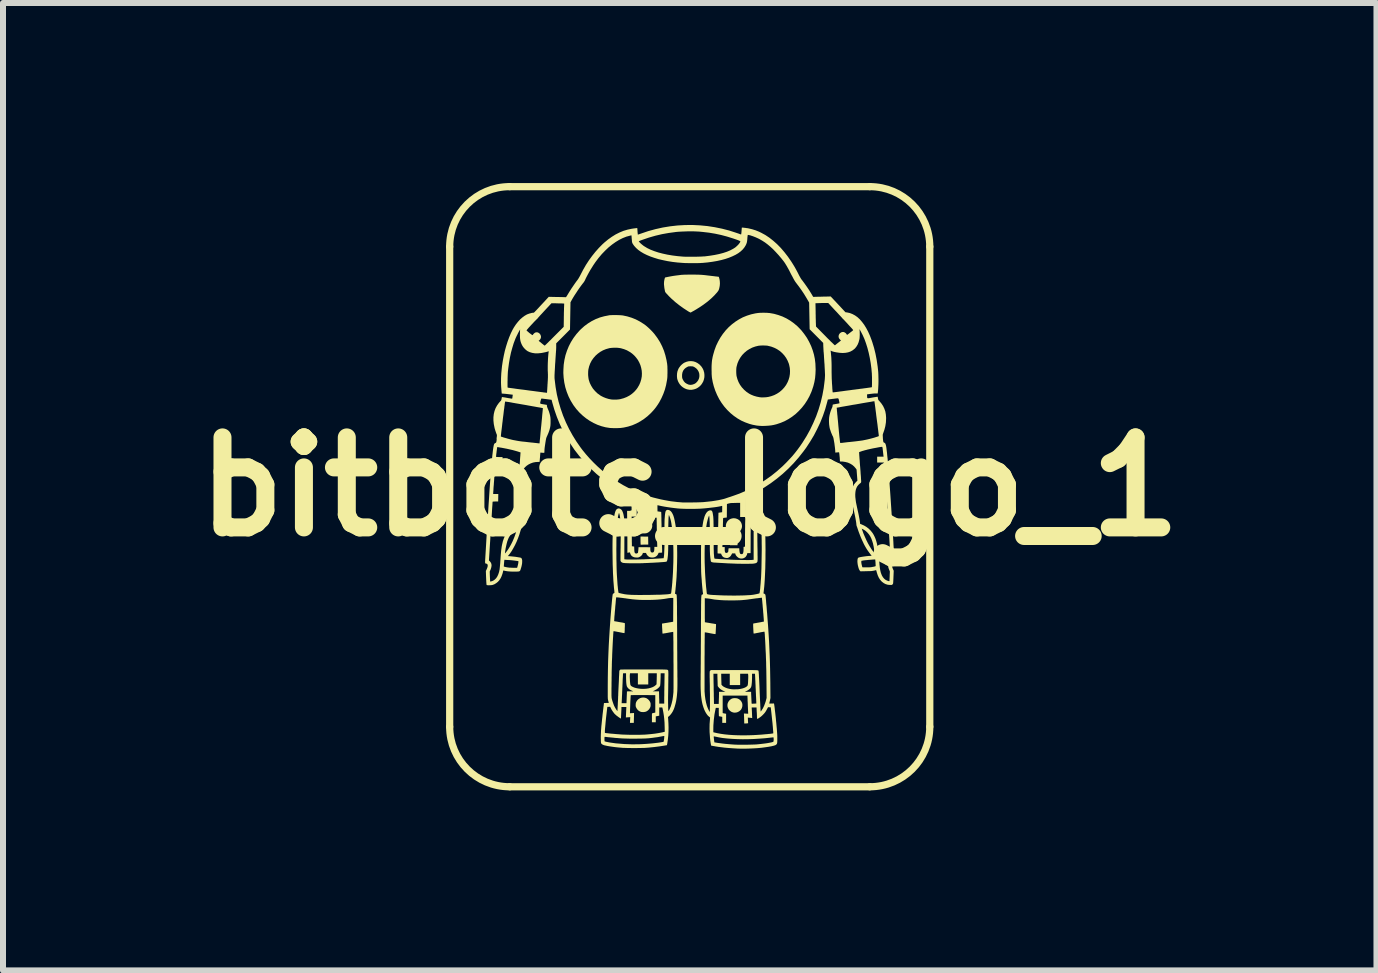
<source format=kicad_pcb>
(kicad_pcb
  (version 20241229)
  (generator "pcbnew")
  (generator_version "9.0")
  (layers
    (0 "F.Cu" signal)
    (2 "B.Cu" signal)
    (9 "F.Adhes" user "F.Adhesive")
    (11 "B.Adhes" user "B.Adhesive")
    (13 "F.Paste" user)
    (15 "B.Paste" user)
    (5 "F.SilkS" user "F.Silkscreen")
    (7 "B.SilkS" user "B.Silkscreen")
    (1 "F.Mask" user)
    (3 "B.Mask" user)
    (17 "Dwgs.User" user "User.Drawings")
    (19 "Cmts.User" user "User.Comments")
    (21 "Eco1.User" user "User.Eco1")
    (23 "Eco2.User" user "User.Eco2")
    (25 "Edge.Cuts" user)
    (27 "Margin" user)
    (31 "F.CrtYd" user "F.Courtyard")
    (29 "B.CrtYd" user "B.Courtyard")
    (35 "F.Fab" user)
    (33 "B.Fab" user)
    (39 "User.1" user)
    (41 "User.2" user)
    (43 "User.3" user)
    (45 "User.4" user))
  (footprint "bitbots_logo_1"
    (layer "F.Cu")
    (at 8.443 5.06)
    (property "Reference" "bitbots_logo_1" (at 0 0 0) (layer "F.SilkS") (effects (font (size 1.5 1.5) (thickness 0.3))))
    (attr board_only exclude_from_pos_files exclude_from_bom)
    (fp_line (start -4 4) (end -4 -4) (stroke (width 0.12) (type default)) (layer "F.SilkS"))
    (fp_line (start -3 -5) (end 3 -5) (stroke (width 0.12) (type default)) (layer "F.SilkS"))
    (fp_line (start 3 5) (end -3 5) (stroke (width 0.12) (type default)) (layer "F.SilkS"))
    (fp_line (start 4 -4) (end 4 4) (stroke (width 0.12) (type default)) (layer "F.SilkS"))
    (fp_arc (start -4 -4) (mid -3.707107 -4.707107) (end -3 -5) (stroke (width 0.12) (type default)) (layer "F.SilkS"))
    (fp_arc (start -3 5) (mid -3.707107 4.707107) (end -4 4) (stroke (width 0.12) (type default)) (layer "F.SilkS"))
    (fp_arc (start 3 -5) (mid 3.707107 -4.707107) (end 4 -4) (stroke (width 0.12) (type default)) (layer "F.SilkS"))
    (fp_arc (start 4 4) (mid 3.707107 4.707107) (end 3 5) (stroke (width 0.12) (type default)) (layer "F.SilkS"))
    (fp_poly (pts (xy 0.796 0.908) (xy 0.796 0.975) (xy 0.733 0.975) (xy 0.671 0.975) (xy 0.671 0.908) (xy 0.671 0.84) (xy 0.733 0.84) (xy 0.796 0.84)) (stroke (width 0) (type solid)) (fill yes) (layer "F.SilkS"))
    (fp_poly (pts (xy -0.756 0.831) (xy -0.693 0.831) (xy -0.692 0.898) (xy -0.691 0.965) (xy -0.75 0.965) (xy -0.769 0.965) (xy -0.787 0.966) (xy -0.801 0.966) (xy -0.811 0.967) (xy -0.814 0.967) (xy -0.816 0.967) (xy -0.817 0.965) (xy -0.818 0.961) (xy -0.819 0.953) (xy -0.819 0.94) (xy -0.82 0.923) (xy -0.82 0.899) (xy -0.82 0.83)) (stroke (width 0) (type solid)) (fill yes) (layer "F.SilkS"))
    (fp_poly (pts (xy 0.758 0.527) (xy 0.776 0.532) (xy 0.803 0.543) (xy 0.826 0.559) (xy 0.845 0.58) (xy 0.859 0.603) (xy 0.867 0.628) (xy 0.871 0.655) (xy 0.868 0.683) (xy 0.859 0.71) (xy 0.858 0.711) (xy 0.843 0.736) (xy 0.823 0.757) (xy 0.799 0.773) (xy 0.773 0.784) (xy 0.745 0.788) (xy 0.716 0.787) (xy 0.702 0.784) (xy 0.673 0.773) (xy 0.648 0.757) (xy 0.628 0.736) (xy 0.615 0.715) (xy 0.605 0.687) (xy 0.601 0.661) (xy 0.603 0.635) (xy 0.61 0.61) (xy 0.621 0.587) (xy 0.637 0.567) (xy 0.656 0.55) (xy 0.678 0.537) (xy 0.703 0.529) (xy 0.73 0.525)) (stroke (width 0) (type solid)) (fill yes) (layer "F.SilkS"))
    (fp_poly (pts (xy 0.774 3.524) (xy 0.797 3.529) (xy 0.818 3.539) (xy 0.829 3.546) (xy 0.849 3.564) (xy 0.864 3.586) (xy 0.874 3.61) (xy 0.878 3.636) (xy 0.876 3.662) (xy 0.869 3.687) (xy 0.857 3.711) (xy 0.848 3.722) (xy 0.826 3.741) (xy 0.801 3.755) (xy 0.774 3.763) (xy 0.746 3.765) (xy 0.724 3.762) (xy 0.698 3.753) (xy 0.674 3.737) (xy 0.654 3.717) (xy 0.649 3.711) (xy 0.636 3.686) (xy 0.629 3.66) (xy 0.628 3.633) (xy 0.633 3.607) (xy 0.645 3.582) (xy 0.662 3.56) (xy 0.666 3.556) (xy 0.683 3.542) (xy 0.7 3.532) (xy 0.718 3.526) (xy 0.741 3.523) (xy 0.747 3.523)) (stroke (width 0) (type solid)) (fill yes) (layer "F.SilkS"))
    (fp_poly (pts (xy -0.747 3.516) (xy -0.722 3.524) (xy -0.7 3.538) (xy -0.68 3.557) (xy -0.664 3.58) (xy -0.661 3.586) (xy -0.656 3.598) (xy -0.653 3.608) (xy -0.652 3.621) (xy -0.652 3.634) (xy -0.652 3.65) (xy -0.654 3.662) (xy -0.657 3.673) (xy -0.662 3.683) (xy -0.675 3.706) (xy -0.694 3.726) (xy -0.717 3.742) (xy -0.721 3.744) (xy -0.74 3.751) (xy -0.763 3.755) (xy -0.787 3.755) (xy -0.809 3.753) (xy -0.819 3.75) (xy -0.844 3.738) (xy -0.864 3.722) (xy -0.881 3.701) (xy -0.891 3.683) (xy -0.897 3.67) (xy -0.9 3.659) (xy -0.901 3.645) (xy -0.901 3.637) (xy -0.899 3.61) (xy -0.892 3.587) (xy -0.879 3.566) (xy -0.87 3.554) (xy -0.848 3.535) (xy -0.824 3.522) (xy -0.799 3.515) (xy -0.773 3.513)) (stroke (width 0) (type solid)) (fill yes) (layer "F.SilkS"))
    (fp_poly (pts (xy -0.743 0.52) (xy -0.731 0.521) (xy -0.722 0.522) (xy -0.713 0.525) (xy -0.704 0.529) (xy -0.701 0.53) (xy -0.678 0.544) (xy -0.66 0.56) (xy -0.645 0.579) (xy -0.642 0.584) (xy -0.63 0.61) (xy -0.625 0.637) (xy -0.625 0.664) (xy -0.631 0.69) (xy -0.643 0.714) (xy -0.659 0.736) (xy -0.681 0.755) (xy -0.701 0.767) (xy -0.713 0.772) (xy -0.724 0.775) (xy -0.736 0.777) (xy -0.752 0.778) (xy -0.755 0.778) (xy -0.773 0.778) (xy -0.787 0.777) (xy -0.798 0.775) (xy -0.805 0.773) (xy -0.832 0.759) (xy -0.856 0.74) (xy -0.875 0.717) (xy -0.885 0.699) (xy -0.888 0.69) (xy -0.891 0.68) (xy -0.892 0.668) (xy -0.892 0.651) (xy -0.892 0.649) (xy -0.892 0.632) (xy -0.891 0.62) (xy -0.889 0.61) (xy -0.886 0.601) (xy -0.883 0.595) (xy -0.871 0.575) (xy -0.854 0.556) (xy -0.834 0.54) (xy -0.818 0.53) (xy -0.808 0.525) (xy -0.8 0.522) (xy -0.791 0.521) (xy -0.779 0.52) (xy -0.763 0.52) (xy -0.76 0.52)) (stroke (width 0) (type solid)) (fill yes) (layer "F.SilkS"))
    (fp_poly (pts (xy 0.058 -2.089) (xy 0.093 -2.079) (xy 0.127 -2.062) (xy 0.158 -2.04) (xy 0.168 -2.031) (xy 0.194 -2.003) (xy 0.214 -1.973) (xy 0.23 -1.94) (xy 0.23 -1.938) (xy 0.241 -1.9) (xy 0.245 -1.862) (xy 0.244 -1.825) (xy 0.237 -1.79) (xy 0.226 -1.756) (xy 0.209 -1.725) (xy 0.189 -1.696) (xy 0.164 -1.671) (xy 0.136 -1.65) (xy 0.105 -1.633) (xy 0.071 -1.622) (xy 0.035 -1.615) (xy -0.003 -1.615) (xy -0.011 -1.616) (xy -0.047 -1.623) (xy -0.082 -1.637) (xy -0.114 -1.656) (xy -0.143 -1.68) (xy -0.168 -1.709) (xy -0.188 -1.742) (xy -0.19 -1.746) (xy -0.201 -1.773) (xy -0.209 -1.799) (xy -0.212 -1.827) (xy -0.213 -1.844) (xy -0.128 -1.844) (xy -0.127 -1.827) (xy -0.126 -1.815) (xy -0.123 -1.804) (xy -0.118 -1.792) (xy -0.114 -1.784) (xy -0.098 -1.756) (xy -0.077 -1.733) (xy -0.051 -1.716) (xy -0.023 -1.703) (xy -0.015 -1.701) (xy 0.001 -1.698) (xy 0.016 -1.697) (xy 0.032 -1.699) (xy 0.047 -1.702) (xy 0.076 -1.712) (xy 0.101 -1.727) (xy 0.122 -1.748) (xy 0.14 -1.772) (xy 0.153 -1.801) (xy 0.16 -1.829) (xy 0.161 -1.861) (xy 0.157 -1.892) (xy 0.146 -1.921) (xy 0.13 -1.948) (xy 0.109 -1.971) (xy 0.084 -1.989) (xy 0.072 -1.996) (xy 0.061 -2.001) (xy 0.051 -2.004) (xy 0.042 -2.006) (xy 0.029 -2.006) (xy 0.015 -2.007) (xy -0.001 -2.006) (xy -0.013 -2.006) (xy -0.022 -2.004) (xy -0.032 -2) (xy -0.041 -1.996) (xy -0.069 -1.979) (xy -0.092 -1.958) (xy -0.109 -1.934) (xy -0.121 -1.905) (xy -0.127 -1.873) (xy -0.128 -1.844) (xy -0.213 -1.844) (xy -0.213 -1.853) (xy -0.211 -1.889) (xy -0.205 -1.921) (xy -0.193 -1.953) (xy -0.186 -1.969) (xy -0.171 -1.992) (xy -0.152 -2.016) (xy -0.13 -2.038) (xy -0.107 -2.056) (xy -0.089 -2.067) (xy -0.053 -2.082) (xy -0.016 -2.091) (xy 0.021 -2.093)) (stroke (width 0) (type solid)) (fill yes) (layer "F.SilkS"))
    (fp_poly (pts (xy 0.066 -3.534) (xy 0.095 -3.534) (xy 0.121 -3.533) (xy 0.145 -3.533) (xy 0.168 -3.532) (xy 0.19 -3.531) (xy 0.214 -3.529) (xy 0.238 -3.527) (xy 0.266 -3.524) (xy 0.297 -3.52) (xy 0.332 -3.516) (xy 0.373 -3.511) (xy 0.384 -3.51) (xy 0.409 -3.507) (xy 0.431 -3.504) (xy 0.451 -3.502) (xy 0.467 -3.5) (xy 0.477 -3.499) (xy 0.482 -3.498) (xy 0.483 -3.498) (xy 0.485 -3.495) (xy 0.488 -3.487) (xy 0.491 -3.475) (xy 0.495 -3.461) (xy 0.498 -3.446) (xy 0.5 -3.431) (xy 0.501 -3.425) (xy 0.503 -3.387) (xy 0.5 -3.347) (xy 0.492 -3.307) (xy 0.487 -3.29) (xy 0.483 -3.278) (xy 0.477 -3.267) (xy 0.468 -3.254) (xy 0.456 -3.238) (xy 0.455 -3.237) (xy 0.408 -3.185) (xy 0.354 -3.133) (xy 0.294 -3.082) (xy 0.227 -3.032) (xy 0.174 -2.996) (xy 0.155 -2.984) (xy 0.134 -2.971) (xy 0.112 -2.957) (xy 0.09 -2.944) (xy 0.07 -2.932) (xy 0.051 -2.922) (xy 0.035 -2.913) (xy 0.023 -2.906) (xy 0.015 -2.903) (xy 0.013 -2.902) (xy 0.008 -2.904) (xy -0.001 -2.909) (xy -0.013 -2.915) (xy -0.025 -2.922) (xy -0.102 -2.972) (xy -0.173 -3.023) (xy -0.239 -3.075) (xy -0.296 -3.126) (xy -0.312 -3.14) (xy -0.329 -3.157) (xy -0.346 -3.174) (xy -0.362 -3.191) (xy -0.377 -3.208) (xy -0.391 -3.222) (xy -0.401 -3.234) (xy -0.407 -3.243) (xy -0.408 -3.244) (xy -0.411 -3.252) (xy -0.414 -3.265) (xy -0.417 -3.282) (xy -0.421 -3.301) (xy -0.424 -3.322) (xy -0.426 -3.342) (xy -0.428 -3.361) (xy -0.429 -3.367) (xy -0.429 -3.394) (xy -0.427 -3.422) (xy -0.422 -3.45) (xy -0.416 -3.473) (xy -0.411 -3.486) (xy -0.365 -3.496) (xy -0.323 -3.504) (xy -0.277 -3.512) (xy -0.228 -3.519) (xy -0.179 -3.525) (xy -0.157 -3.528) (xy -0.141 -3.53) (xy -0.124 -3.531) (xy -0.106 -3.532) (xy -0.085 -3.533) (xy -0.061 -3.533) (xy -0.032 -3.534) (xy 0.001 -3.534) (xy 0.032 -3.534)) (stroke (width 0) (type solid)) (fill yes) (layer "F.SilkS"))
    (fp_poly (pts (xy 1.264 -2.898) (xy 1.296 -2.897) (xy 1.325 -2.894) (xy 1.33 -2.894) (xy 1.404 -2.881) (xy 1.475 -2.861) (xy 1.545 -2.836) (xy 1.612 -2.804) (xy 1.676 -2.766) (xy 1.737 -2.722) (xy 1.795 -2.673) (xy 1.804 -2.664) (xy 1.858 -2.608) (xy 1.907 -2.546) (xy 1.952 -2.481) (xy 1.99 -2.413) (xy 2.023 -2.343) (xy 2.049 -2.273) (xy 2.07 -2.201) (xy 2.085 -2.128) (xy 2.094 -2.052) (xy 2.097 -1.972) (xy 2.098 -1.956) (xy 2.095 -1.881) (xy 2.089 -1.811) (xy 2.077 -1.743) (xy 2.06 -1.676) (xy 2.038 -1.61) (xy 2.027 -1.58) (xy 1.995 -1.508) (xy 1.958 -1.441) (xy 1.916 -1.377) (xy 1.87 -1.318) (xy 1.819 -1.263) (xy 1.765 -1.212) (xy 1.707 -1.167) (xy 1.646 -1.127) (xy 1.582 -1.092) (xy 1.515 -1.064) (xy 1.446 -1.041) (xy 1.402 -1.03) (xy 1.359 -1.022) (xy 1.313 -1.017) (xy 1.264 -1.014) (xy 1.216 -1.012) (xy 1.17 -1.014) (xy 1.136 -1.017) (xy 1.11 -1.02) (xy 1.081 -1.026) (xy 1.049 -1.032) (xy 1.019 -1.04) (xy 0.994 -1.047) (xy 0.925 -1.072) (xy 0.858 -1.102) (xy 0.794 -1.139) (xy 0.734 -1.181) (xy 0.677 -1.228) (xy 0.624 -1.28) (xy 0.575 -1.336) (xy 0.53 -1.397) (xy 0.49 -1.461) (xy 0.455 -1.53) (xy 0.425 -1.601) (xy 0.4 -1.676) (xy 0.391 -1.712) (xy 0.383 -1.743) (xy 0.378 -1.771) (xy 0.373 -1.797) (xy 0.369 -1.823) (xy 0.367 -1.85) (xy 0.365 -1.879) (xy 0.365 -1.912) (xy 0.365 -1.912) (xy 0.775 -1.912) (xy 0.776 -1.885) (xy 0.778 -1.86) (xy 0.78 -1.845) (xy 0.794 -1.793) (xy 0.813 -1.744) (xy 0.838 -1.698) (xy 0.869 -1.655) (xy 0.905 -1.616) (xy 0.945 -1.581) (xy 0.989 -1.551) (xy 1.021 -1.534) (xy 1.067 -1.515) (xy 1.115 -1.501) (xy 1.166 -1.491) (xy 1.184 -1.489) (xy 1.198 -1.488) (xy 1.217 -1.488) (xy 1.239 -1.489) (xy 1.262 -1.49) (xy 1.283 -1.492) (xy 1.301 -1.495) (xy 1.305 -1.495) (xy 1.357 -1.508) (xy 1.407 -1.526) (xy 1.454 -1.55) (xy 1.498 -1.579) (xy 1.538 -1.613) (xy 1.574 -1.652) (xy 1.605 -1.694) (xy 1.63 -1.74) (xy 1.647 -1.781) (xy 1.661 -1.828) (xy 1.669 -1.878) (xy 1.671 -1.929) (xy 1.667 -1.98) (xy 1.657 -2.029) (xy 1.651 -2.051) (xy 1.631 -2.1) (xy 1.606 -2.146) (xy 1.575 -2.189) (xy 1.54 -2.227) (xy 1.5 -2.262) (xy 1.456 -2.291) (xy 1.409 -2.315) (xy 1.359 -2.334) (xy 1.306 -2.347) (xy 1.299 -2.349) (xy 1.283 -2.351) (xy 1.262 -2.352) (xy 1.24 -2.353) (xy 1.223 -2.354) (xy 1.201 -2.353) (xy 1.179 -2.352) (xy 1.159 -2.35) (xy 1.146 -2.349) (xy 1.093 -2.336) (xy 1.042 -2.318) (xy 0.995 -2.294) (xy 0.951 -2.266) (xy 0.911 -2.232) (xy 0.875 -2.195) (xy 0.844 -2.153) (xy 0.818 -2.108) (xy 0.797 -2.06) (xy 0.783 -2.01) (xy 0.778 -1.987) (xy 0.776 -1.965) (xy 0.775 -1.94) (xy 0.775 -1.912) (xy 0.365 -1.912) (xy 0.364 -1.949) (xy 0.364 -1.956) (xy 0.364 -1.995) (xy 0.365 -2.028) (xy 0.367 -2.058) (xy 0.369 -2.084) (xy 0.372 -2.11) (xy 0.377 -2.136) (xy 0.382 -2.164) (xy 0.39 -2.195) (xy 0.391 -2.2) (xy 0.413 -2.276) (xy 0.44 -2.349) (xy 0.473 -2.418) (xy 0.51 -2.484) (xy 0.552 -2.546) (xy 0.598 -2.604) (xy 0.649 -2.658) (xy 0.703 -2.706) (xy 0.761 -2.75) (xy 0.822 -2.789) (xy 0.886 -2.823) (xy 0.953 -2.85) (xy 1.022 -2.872) (xy 1.093 -2.888) (xy 1.133 -2.894) (xy 1.161 -2.897) (xy 1.194 -2.898) (xy 1.229 -2.899)) (stroke (width 0) (type solid)) (fill yes) (layer "F.SilkS"))
    (fp_poly (pts (xy -1.22 -2.86) (xy -1.19 -2.859) (xy -1.162 -2.858) (xy -1.138 -2.856) (xy -1.119 -2.854) (xy -1.116 -2.854) (xy -1.041 -2.838) (xy -0.969 -2.816) (xy -0.899 -2.788) (xy -0.832 -2.753) (xy -0.767 -2.712) (xy -0.739 -2.692) (xy -0.718 -2.675) (xy -0.693 -2.653) (xy -0.668 -2.63) (xy -0.643 -2.605) (xy -0.619 -2.58) (xy -0.598 -2.556) (xy -0.587 -2.543) (xy -0.539 -2.478) (xy -0.496 -2.41) (xy -0.46 -2.339) (xy -0.429 -2.264) (xy -0.405 -2.186) (xy -0.386 -2.105) (xy -0.379 -2.062) (xy -0.376 -2.046) (xy -0.375 -2.031) (xy -0.373 -2.015) (xy -0.372 -1.999) (xy -0.372 -1.979) (xy -0.371 -1.956) (xy -0.371 -1.927) (xy -0.371 -1.919) (xy -0.371 -1.889) (xy -0.372 -1.864) (xy -0.372 -1.844) (xy -0.373 -1.827) (xy -0.374 -1.811) (xy -0.376 -1.796) (xy -0.378 -1.78) (xy -0.379 -1.775) (xy -0.394 -1.694) (xy -0.414 -1.618) (xy -0.44 -1.546) (xy -0.471 -1.476) (xy -0.507 -1.408) (xy -0.533 -1.367) (xy -0.56 -1.328) (xy -0.588 -1.292) (xy -0.619 -1.257) (xy -0.646 -1.228) (xy -0.703 -1.175) (xy -0.762 -1.129) (xy -0.825 -1.088) (xy -0.89 -1.053) (xy -0.957 -1.024) (xy -1.027 -1.002) (xy -1.099 -0.986) (xy -1.15 -0.979) (xy -1.166 -0.978) (xy -1.188 -0.977) (xy -1.213 -0.976) (xy -1.239 -0.976) (xy -1.266 -0.976) (xy -1.291 -0.977) (xy -1.313 -0.978) (xy -1.33 -0.979) (xy -1.331 -0.979) (xy -1.401 -0.99) (xy -1.47 -1.008) (xy -1.538 -1.032) (xy -1.603 -1.062) (xy -1.667 -1.098) (xy -1.727 -1.139) (xy -1.784 -1.185) (xy -1.838 -1.236) (xy -1.888 -1.292) (xy -1.933 -1.352) (xy -1.94 -1.362) (xy -1.983 -1.432) (xy -2.019 -1.504) (xy -2.049 -1.579) (xy -2.073 -1.656) (xy -2.09 -1.735) (xy -2.101 -1.816) (xy -2.106 -1.894) (xy -1.693 -1.894) (xy -1.693 -1.861) (xy -1.69 -1.829) (xy -1.686 -1.799) (xy -1.682 -1.78) (xy -1.665 -1.728) (xy -1.641 -1.68) (xy -1.613 -1.635) (xy -1.578 -1.594) (xy -1.539 -1.556) (xy -1.495 -1.524) (xy -1.48 -1.514) (xy -1.441 -1.494) (xy -1.399 -1.477) (xy -1.354 -1.463) (xy -1.309 -1.454) (xy -1.298 -1.453) (xy -1.273 -1.451) (xy -1.244 -1.451) (xy -1.213 -1.452) (xy -1.183 -1.455) (xy -1.157 -1.459) (xy -1.155 -1.46) (xy -1.102 -1.474) (xy -1.051 -1.494) (xy -1.004 -1.519) (xy -0.96 -1.55) (xy -0.921 -1.585) (xy -0.886 -1.625) (xy -0.869 -1.649) (xy -0.842 -1.695) (xy -0.822 -1.742) (xy -0.808 -1.789) (xy -0.799 -1.838) (xy -0.797 -1.886) (xy -0.8 -1.934) (xy -0.809 -1.981) (xy -0.822 -2.026) (xy -0.841 -2.07) (xy -0.864 -2.112) (xy -0.893 -2.151) (xy -0.925 -2.187) (xy -0.962 -2.22) (xy -1.003 -2.248) (xy -1.047 -2.273) (xy -1.095 -2.292) (xy -1.147 -2.307) (xy -1.171 -2.311) (xy -1.194 -2.314) (xy -1.221 -2.316) (xy -1.25 -2.316) (xy -1.279 -2.315) (xy -1.307 -2.313) (xy -1.331 -2.31) (xy -1.341 -2.308) (xy -1.395 -2.293) (xy -1.446 -2.272) (xy -1.494 -2.245) (xy -1.538 -2.212) (xy -1.568 -2.185) (xy -1.604 -2.144) (xy -1.635 -2.1) (xy -1.659 -2.053) (xy -1.677 -2.003) (xy -1.689 -1.953) (xy -1.692 -1.925) (xy -1.693 -1.894) (xy -2.106 -1.894) (xy -2.106 -1.899) (xy -2.105 -1.949) (xy -2.1 -2.032) (xy -2.088 -2.113) (xy -2.07 -2.192) (xy -2.045 -2.268) (xy -2.015 -2.341) (xy -1.979 -2.411) (xy -1.937 -2.478) (xy -1.889 -2.542) (xy -1.836 -2.602) (xy -1.813 -2.625) (xy -1.756 -2.676) (xy -1.695 -2.721) (xy -1.632 -2.76) (xy -1.566 -2.793) (xy -1.497 -2.82) (xy -1.425 -2.84) (xy -1.349 -2.855) (xy -1.348 -2.856) (xy -1.33 -2.858) (xy -1.307 -2.859) (xy -1.28 -2.86) (xy -1.25 -2.86)) (stroke (width 0) (type solid)) (fill yes) (layer "F.SilkS"))
    (fp_poly (pts (xy 1.17 0.371) (xy 1.186 0.378) (xy 1.199 0.391) (xy 1.211 0.41) (xy 1.221 0.436) (xy 1.229 0.468) (xy 1.229 0.469) (xy 1.235 0.498) (xy 1.24 0.53) (xy 1.244 0.563) (xy 1.248 0.598) (xy 1.251 0.637) (xy 1.254 0.679) (xy 1.256 0.725) (xy 1.258 0.776) (xy 1.26 0.831) (xy 1.261 0.893) (xy 1.262 0.96) (xy 1.262 0.975) (xy 1.263 1.053) (xy 1.262 1.131) (xy 1.262 1.207) (xy 1.26 1.282) (xy 1.259 1.354) (xy 1.256 1.424) (xy 1.253 1.49) (xy 1.25 1.552) (xy 1.246 1.609) (xy 1.242 1.661) (xy 1.237 1.708) (xy 1.234 1.734) (xy 1.232 1.753) (xy 1.23 1.766) (xy 1.23 1.774) (xy 1.23 1.779) (xy 1.231 1.781) (xy 1.234 1.781) (xy 1.236 1.781) (xy 1.244 1.784) (xy 1.253 1.791) (xy 1.26 1.799) (xy 1.261 1.802) (xy 1.262 1.809) (xy 1.264 1.822) (xy 1.266 1.84) (xy 1.268 1.864) (xy 1.271 1.892) (xy 1.273 1.923) (xy 1.276 1.958) (xy 1.28 1.995) (xy 1.283 2.034) (xy 1.286 2.075) (xy 1.29 2.117) (xy 1.293 2.158) (xy 1.296 2.2) (xy 1.299 2.24) (xy 1.302 2.279) (xy 1.305 2.315) (xy 1.307 2.347) (xy 1.315 2.468) (xy 1.322 2.584) (xy 1.327 2.697) (xy 1.332 2.809) (xy 1.336 2.921) (xy 1.339 3.035) (xy 1.341 3.152) (xy 1.343 3.273) (xy 1.343 3.294) (xy 1.345 3.52) (xy 1.337 3.561) (xy 1.333 3.577) (xy 1.33 3.592) (xy 1.327 3.602) (xy 1.326 3.608) (xy 1.325 3.611) (xy 1.326 3.612) (xy 1.33 3.613) (xy 1.338 3.614) (xy 1.351 3.613) (xy 1.363 3.613) (xy 1.404 3.612) (xy 1.406 3.624) (xy 1.408 3.633) (xy 1.41 3.649) (xy 1.413 3.669) (xy 1.416 3.695) (xy 1.419 3.724) (xy 1.423 3.756) (xy 1.427 3.79) (xy 1.431 3.826) (xy 1.435 3.863) (xy 1.438 3.9) (xy 1.442 3.936) (xy 1.445 3.971) (xy 1.448 4.004) (xy 1.451 4.034) (xy 1.453 4.061) (xy 1.454 4.074) (xy 1.456 4.102) (xy 1.458 4.131) (xy 1.459 4.16) (xy 1.459 4.188) (xy 1.459 4.214) (xy 1.459 4.236) (xy 1.458 4.255) (xy 1.457 4.268) (xy 1.456 4.272) (xy 1.453 4.283) (xy 1.446 4.293) (xy 1.437 4.301) (xy 1.424 4.308) (xy 1.406 4.314) (xy 1.382 4.32) (xy 1.362 4.325) (xy 1.312 4.334) (xy 1.256 4.342) (xy 1.195 4.35) (xy 1.131 4.356) (xy 1.065 4.36) (xy 0.997 4.363) (xy 0.93 4.365) (xy 0.864 4.365) (xy 0.8 4.364) (xy 0.789 4.363) (xy 0.721 4.359) (xy 0.651 4.354) (xy 0.583 4.348) (xy 0.518 4.34) (xy 0.514 4.34) (xy 0.496 4.337) (xy 0.476 4.335) (xy 0.454 4.331) (xy 0.433 4.328) (xy 0.412 4.324) (xy 0.393 4.321) (xy 0.377 4.318) (xy 0.365 4.316) (xy 0.358 4.315) (xy 0.357 4.314) (xy 0.356 4.31) (xy 0.354 4.3) (xy 0.351 4.285) (xy 0.348 4.267) (xy 0.345 4.247) (xy 0.342 4.226) (xy 0.34 4.205) (xy 0.338 4.185) (xy 0.337 4.179) (xy 0.337 4.172) (xy 0.4 4.172) (xy 0.401 4.183) (xy 0.403 4.2) (xy 0.405 4.219) (xy 0.411 4.26) (xy 0.431 4.263) (xy 0.466 4.269) (xy 0.505 4.274) (xy 0.548 4.28) (xy 0.593 4.285) (xy 0.639 4.289) (xy 0.685 4.293) (xy 0.727 4.296) (xy 0.743 4.297) (xy 0.765 4.298) (xy 0.793 4.299) (xy 0.824 4.3) (xy 0.859 4.3) (xy 0.896 4.3) (xy 0.934 4.299) (xy 0.972 4.299) (xy 1.009 4.298) (xy 1.044 4.297) (xy 1.076 4.296) (xy 1.103 4.295) (xy 1.125 4.293) (xy 1.128 4.293) (xy 1.184 4.287) (xy 1.235 4.281) (xy 1.281 4.275) (xy 1.322 4.268) (xy 1.357 4.261) (xy 1.362 4.26) (xy 1.377 4.256) (xy 1.386 4.253) (xy 1.392 4.25) (xy 1.395 4.246) (xy 1.396 4.245) (xy 1.397 4.237) (xy 1.398 4.226) (xy 1.399 4.213) (xy 1.398 4.199) (xy 1.398 4.188) (xy 1.397 4.18) (xy 1.395 4.177) (xy 1.391 4.177) (xy 1.381 4.177) (xy 1.367 4.179) (xy 1.351 4.18) (xy 1.349 4.181) (xy 1.255 4.191) (xy 1.16 4.198) (xy 1.066 4.204) (xy 0.973 4.207) (xy 0.883 4.208) (xy 0.795 4.206) (xy 0.711 4.202) (xy 0.631 4.196) (xy 0.557 4.188) (xy 0.542 4.186) (xy 0.522 4.183) (xy 0.5 4.179) (xy 0.477 4.175) (xy 0.455 4.17) (xy 0.435 4.166) (xy 0.418 4.163) (xy 0.407 4.16) (xy 0.404 4.16) (xy 0.401 4.161) (xy 0.4 4.165) (xy 0.4 4.172) (xy 0.337 4.172) (xy 0.332 4.103) (xy 0.331 4.091) (xy 0.393 4.091) (xy 0.407 4.095) (xy 0.46 4.107) (xy 0.52 4.118) (xy 0.584 4.127) (xy 0.654 4.134) (xy 0.729 4.139) (xy 0.808 4.142) (xy 0.891 4.143) (xy 0.978 4.142) (xy 1.068 4.139) (xy 1.079 4.138) (xy 1.105 4.137) (xy 1.134 4.135) (xy 1.165 4.133) (xy 1.196 4.131) (xy 1.228 4.128) (xy 1.259 4.125) (xy 1.288 4.123) (xy 1.315 4.12) (xy 1.339 4.118) (xy 1.36 4.115) (xy 1.376 4.113) (xy 1.386 4.111) (xy 1.391 4.11) (xy 1.391 4.11) (xy 1.392 4.106) (xy 1.392 4.095) (xy 1.391 4.08) (xy 1.389 4.059) (xy 1.387 4.034) (xy 1.385 4.005) (xy 1.382 3.974) (xy 1.379 3.939) (xy 1.375 3.904) (xy 1.371 3.866) (xy 1.367 3.828) (xy 1.363 3.791) (xy 1.359 3.754) (xy 1.35 3.676) (xy 1.327 3.675) (xy 1.305 3.674) (xy 1.287 3.707) (xy 1.272 3.735) (xy 1.257 3.758) (xy 1.241 3.778) (xy 1.223 3.797) (xy 1.212 3.808) (xy 1.198 3.821) (xy 1.181 3.835) (xy 1.164 3.847) (xy 1.148 3.858) (xy 1.134 3.866) (xy 1.127 3.869) (xy 1.125 3.869) (xy 1.124 3.867) (xy 1.122 3.861) (xy 1.121 3.85) (xy 1.12 3.835) (xy 1.12 3.819) (xy 1.119 3.796) (xy 1.118 3.771) (xy 1.116 3.746) (xy 1.115 3.724) (xy 1.115 3.723) (xy 1.113 3.678) (xy 1.073 3.678) (xy 1.032 3.678) (xy 1.034 3.711) (xy 1.035 3.726) (xy 1.036 3.746) (xy 1.037 3.769) (xy 1.038 3.791) (xy 1.038 3.799) (xy 1.041 3.855) (xy 1.026 3.853) (xy 1.014 3.851) (xy 0.999 3.85) (xy 0.989 3.849) (xy 0.968 3.847) (xy 0.97 3.894) (xy 0.973 3.941) (xy 0.96 3.943) (xy 0.949 3.944) (xy 0.935 3.945) (xy 0.927 3.945) (xy 0.908 3.945) (xy 0.908 3.916) (xy 0.907 3.902) (xy 0.907 3.883) (xy 0.906 3.861) (xy 0.906 3.84) (xy 0.905 3.832) (xy 0.903 3.779) (xy 0.938 3.781) (xy 0.974 3.783) (xy 0.968 3.649) (xy 0.967 3.618) (xy 0.966 3.59) (xy 0.964 3.563) (xy 0.964 3.54) (xy 0.963 3.521) (xy 0.962 3.507) (xy 0.962 3.499) (xy 0.962 3.498) (xy 0.962 3.481) (xy 0.755 3.481) (xy 0.549 3.481) (xy 0.549 3.627) (xy 0.549 3.772) (xy 0.565 3.776) (xy 0.578 3.778) (xy 0.59 3.781) (xy 0.594 3.781) (xy 0.606 3.784) (xy 0.606 3.859) (xy 0.606 3.935) (xy 0.574 3.935) (xy 0.542 3.935) (xy 0.542 3.885) (xy 0.542 3.835) (xy 0.517 3.83) (xy 0.505 3.828) (xy 0.495 3.826) (xy 0.489 3.825) (xy 0.489 3.824) (xy 0.487 3.822) (xy 0.486 3.816) (xy 0.485 3.805) (xy 0.485 3.79) (xy 0.484 3.768) (xy 0.484 3.754) (xy 0.484 3.685) (xy 0.459 3.685) (xy 0.434 3.685) (xy 0.429 3.708) (xy 0.412 3.795) (xy 0.401 3.886) (xy 0.394 3.978) (xy 0.393 4.043) (xy 0.393 4.091) (xy 0.331 4.091) (xy 0.33 4.029) (xy 0.331 3.954) (xy 0.337 3.877) (xy 0.337 3.869) (xy 0.339 3.846) (xy 0.322 3.832) (xy 0.301 3.813) (xy 0.281 3.787) (xy 0.262 3.756) (xy 0.244 3.719) (xy 0.229 3.679) (xy 0.215 3.634) (xy 0.208 3.605) (xy 0.2 3.565) (xy 0.194 3.521) (xy 0.188 3.475) (xy 0.185 3.424) (xy 0.182 3.369) (xy 0.181 3.309) (xy 0.181 3.243) (xy 0.181 3.222) (xy 0.182 3.22) (xy 0.247 3.22) (xy 0.247 3.26) (xy 0.247 3.296) (xy 0.247 3.329) (xy 0.247 3.358) (xy 0.247 3.382) (xy 0.247 3.401) (xy 0.247 3.414) (xy 0.248 3.421) (xy 0.253 3.484) (xy 0.261 3.543) (xy 0.272 3.598) (xy 0.285 3.647) (xy 0.301 3.691) (xy 0.319 3.729) (xy 0.324 3.739) (xy 0.334 3.754) (xy 0.336 3.678) (xy 0.337 3.661) (xy 0.337 3.638) (xy 0.337 3.61) (xy 0.337 3.577) (xy 0.337 3.541) (xy 0.337 3.503) (xy 0.337 3.462) (xy 0.336 3.421) (xy 0.335 3.379) (xy 0.335 3.373) (xy 0.335 3.321) (xy 0.334 3.276) (xy 0.333 3.237) (xy 0.333 3.203) (xy 0.332 3.174) (xy 0.332 3.149) (xy 0.332 3.129) (xy 0.332 3.116) (xy 0.395 3.116) (xy 0.397 3.261) (xy 0.398 3.297) (xy 0.399 3.336) (xy 0.399 3.376) (xy 0.4 3.415) (xy 0.401 3.452) (xy 0.401 3.486) (xy 0.402 3.513) (xy 0.404 3.62) (xy 0.444 3.62) (xy 0.483 3.62) (xy 0.485 3.552) (xy 0.486 3.528) (xy 0.487 3.504) (xy 0.487 3.482) (xy 0.488 3.463) (xy 0.488 3.45) (xy 0.488 3.417) (xy 0.92 3.417) (xy 0.971 3.417) (xy 1.023 3.417) (xy 1.023 3.426) (xy 1.023 3.435) (xy 1.023 3.449) (xy 1.024 3.466) (xy 1.025 3.486) (xy 1.026 3.507) (xy 1.027 3.53) (xy 1.028 3.551) (xy 1.029 3.571) (xy 1.03 3.588) (xy 1.03 3.602) (xy 1.031 3.61) (xy 1.031 3.613) (xy 1.034 3.615) (xy 1.039 3.616) (xy 1.049 3.616) (xy 1.064 3.615) (xy 1.071 3.615) (xy 1.086 3.614) (xy 1.099 3.613) (xy 1.107 3.613) (xy 1.11 3.612) (xy 1.11 3.609) (xy 1.109 3.599) (xy 1.109 3.584) (xy 1.108 3.565) (xy 1.107 3.541) (xy 1.106 3.513) (xy 1.104 3.483) (xy 1.103 3.45) (xy 1.101 3.416) (xy 1.1 3.381) (xy 1.098 3.346) (xy 1.097 3.31) (xy 1.095 3.276) (xy 1.094 3.244) (xy 1.092 3.214) (xy 1.091 3.186) (xy 1.09 3.163) (xy 1.089 3.143) (xy 1.088 3.129) (xy 1.088 3.12) (xy 1.087 3.117) (xy 1.084 3.116) (xy 1.076 3.116) (xy 1.064 3.116) (xy 1.063 3.116) (xy 1.038 3.116) (xy 1.038 3.181) (xy 1.037 3.224) (xy 1.035 3.261) (xy 1.032 3.291) (xy 1.029 3.316) (xy 1.024 3.334) (xy 1.021 3.342) (xy 1.009 3.36) (xy 0.991 3.377) (xy 0.967 3.393) (xy 0.95 3.402) (xy 0.92 3.417) (xy 0.488 3.417) (xy 0.541 3.417) (xy 0.594 3.417) (xy 0.576 3.409) (xy 0.543 3.393) (xy 0.514 3.375) (xy 0.491 3.354) (xy 0.477 3.337) (xy 0.466 3.321) (xy 0.464 3.241) (xy 0.463 3.217) (xy 0.462 3.194) (xy 0.462 3.173) (xy 0.461 3.155) (xy 0.461 3.143) (xy 0.461 3.139) (xy 0.461 3.116) (xy 0.524 3.116) (xy 0.526 3.208) (xy 0.529 3.3) (xy 0.543 3.315) (xy 0.564 3.332) (xy 0.591 3.346) (xy 0.624 3.359) (xy 0.663 3.369) (xy 0.694 3.374) (xy 0.705 3.375) (xy 0.721 3.376) (xy 0.74 3.376) (xy 0.76 3.376) (xy 0.781 3.375) (xy 0.8 3.375) (xy 0.815 3.374) (xy 0.822 3.373) (xy 0.856 3.367) (xy 0.888 3.359) (xy 0.915 3.349) (xy 0.937 3.338) (xy 0.954 3.325) (xy 0.955 3.324) (xy 0.962 3.316) (xy 0.966 3.308) (xy 0.968 3.297) (xy 0.969 3.289) (xy 0.971 3.273) (xy 0.972 3.252) (xy 0.973 3.23) (xy 0.974 3.207) (xy 0.975 3.184) (xy 0.975 3.164) (xy 0.975 3.148) (xy 0.974 3.136) (xy 0.974 3.135) (xy 0.971 3.116) (xy 0.906 3.116) (xy 0.84 3.116) (xy 0.84 3.211) (xy 0.84 3.305) (xy 0.754 3.305) (xy 0.667 3.305) (xy 0.667 3.211) (xy 0.667 3.116) (xy 0.596 3.116) (xy 0.524 3.116) (xy 0.461 3.116) (xy 0.428 3.116) (xy 0.395 3.116) (xy 0.332 3.116) (xy 0.332 3.113) (xy 0.332 3.1) (xy 0.333 3.09) (xy 0.333 3.082) (xy 0.334 3.077) (xy 0.335 3.073) (xy 0.336 3.071) (xy 0.337 3.069) (xy 0.339 3.067) (xy 0.341 3.066) (xy 0.342 3.065) (xy 0.352 3.055) (xy 0.741 3.055) (xy 0.801 3.055) (xy 0.855 3.055) (xy 0.903 3.055) (xy 0.945 3.055) (xy 0.982 3.055) (xy 1.015 3.055) (xy 1.042 3.055) (xy 1.065 3.056) (xy 1.085 3.056) (xy 1.1 3.057) (xy 1.113 3.057) (xy 1.123 3.058) (xy 1.131 3.06) (xy 1.136 3.061) (xy 1.14 3.062) (xy 1.143 3.064) (xy 1.145 3.066) (xy 1.146 3.069) (xy 1.146 3.071) (xy 1.147 3.074) (xy 1.148 3.079) (xy 1.149 3.09) (xy 1.15 3.107) (xy 1.152 3.13) (xy 1.153 3.157) (xy 1.155 3.19) (xy 1.157 3.226) (xy 1.159 3.267) (xy 1.161 3.311) (xy 1.163 3.358) (xy 1.165 3.408) (xy 1.165 3.414) (xy 1.167 3.46) (xy 1.169 3.505) (xy 1.171 3.548) (xy 1.173 3.587) (xy 1.175 3.623) (xy 1.176 3.656) (xy 1.178 3.684) (xy 1.179 3.707) (xy 1.18 3.726) (xy 1.181 3.738) (xy 1.181 3.745) (xy 1.181 3.746) (xy 1.184 3.744) (xy 1.19 3.738) (xy 1.198 3.726) (xy 1.208 3.71) (xy 1.214 3.702) (xy 1.228 3.675) (xy 1.242 3.644) (xy 1.255 3.609) (xy 1.267 3.574) (xy 1.27 3.561) (xy 1.281 3.52) (xy 1.279 3.28) (xy 1.278 3.201) (xy 1.277 3.127) (xy 1.276 3.056) (xy 1.274 2.989) (xy 1.273 2.922) (xy 1.27 2.856) (xy 1.268 2.788) (xy 1.264 2.718) (xy 1.261 2.645) (xy 1.257 2.566) (xy 1.254 2.52) (xy 1.252 2.488) (xy 1.251 2.463) (xy 1.249 2.444) (xy 1.248 2.43) (xy 1.246 2.421) (xy 1.245 2.416) (xy 1.244 2.416) (xy 1.24 2.416) (xy 1.23 2.417) (xy 1.215 2.42) (xy 1.196 2.423) (xy 1.175 2.427) (xy 1.153 2.432) (xy 1.13 2.436) (xy 1.109 2.44) (xy 1.091 2.444) (xy 1.077 2.446) (xy 1.068 2.447) (xy 1.065 2.447) (xy 1.064 2.444) (xy 1.063 2.434) (xy 1.062 2.42) (xy 1.061 2.403) (xy 1.06 2.384) (xy 1.059 2.363) (xy 1.058 2.343) (xy 1.057 2.323) (xy 1.057 2.307) (xy 1.057 2.293) (xy 1.057 2.284) (xy 1.057 2.281) (xy 1.061 2.28) (xy 1.07 2.278) (xy 1.084 2.275) (xy 1.103 2.272) (xy 1.124 2.268) (xy 1.147 2.264) (xy 1.17 2.26) (xy 1.191 2.256) (xy 1.209 2.252) (xy 1.223 2.25) (xy 1.232 2.248) (xy 1.235 2.247) (xy 1.236 2.244) (xy 1.235 2.234) (xy 1.234 2.219) (xy 1.233 2.2) (xy 1.231 2.176) (xy 1.229 2.15) (xy 1.227 2.121) (xy 1.224 2.091) (xy 1.222 2.06) (xy 1.219 2.029) (xy 1.216 1.998) (xy 1.214 1.969) (xy 1.211 1.941) (xy 1.209 1.917) (xy 1.207 1.895) (xy 1.205 1.879) (xy 1.204 1.867) (xy 1.204 1.863) (xy 1.202 1.849) (xy 1.189 1.851) (xy 1.182 1.852) (xy 1.169 1.853) (xy 1.152 1.855) (xy 1.133 1.858) (xy 1.119 1.859) (xy 1.094 1.862) (xy 1.065 1.866) (xy 1.036 1.87) (xy 1.01 1.874) (xy 1.004 1.874) (xy 0.967 1.88) (xy 0.933 1.884) (xy 0.901 1.887) (xy 0.868 1.89) (xy 0.835 1.892) (xy 0.799 1.893) (xy 0.76 1.894) (xy 0.715 1.894) (xy 0.694 1.895) (xy 0.637 1.894) (xy 0.585 1.893) (xy 0.538 1.891) (xy 0.494 1.888) (xy 0.452 1.884) (xy 0.412 1.88) (xy 0.372 1.873) (xy 0.349 1.869) (xy 0.33 1.866) (xy 0.308 1.863) (xy 0.289 1.861) (xy 0.282 1.861) (xy 0.251 1.858) (xy 0.251 2.059) (xy 0.251 2.095) (xy 0.251 2.129) (xy 0.251 2.16) (xy 0.251 2.188) (xy 0.252 2.212) (xy 0.252 2.232) (xy 0.252 2.247) (xy 0.253 2.256) (xy 0.253 2.259) (xy 0.258 2.259) (xy 0.267 2.261) (xy 0.282 2.263) (xy 0.299 2.266) (xy 0.319 2.269) (xy 0.341 2.273) (xy 0.362 2.277) (xy 0.383 2.28) (xy 0.402 2.283) (xy 0.418 2.286) (xy 0.43 2.288) (xy 0.437 2.29) (xy 0.438 2.29) (xy 0.438 2.294) (xy 0.438 2.303) (xy 0.438 2.317) (xy 0.437 2.334) (xy 0.436 2.353) (xy 0.435 2.374) (xy 0.434 2.394) (xy 0.433 2.414) (xy 0.432 2.431) (xy 0.431 2.444) (xy 0.43 2.453) (xy 0.43 2.457) (xy 0.426 2.456) (xy 0.417 2.455) (xy 0.403 2.453) (xy 0.384 2.45) (xy 0.363 2.446) (xy 0.341 2.442) (xy 0.317 2.437) (xy 0.296 2.433) (xy 0.278 2.43) (xy 0.264 2.428) (xy 0.255 2.427) (xy 0.251 2.426) (xy 0.251 2.43) (xy 0.251 2.44) (xy 0.25 2.456) (xy 0.25 2.477) (xy 0.25 2.503) (xy 0.249 2.534) (xy 0.249 2.569) (xy 0.249 2.607) (xy 0.248 2.648) (xy 0.248 2.692) (xy 0.248 2.738) (xy 0.248 2.786) (xy 0.247 2.835) (xy 0.247 2.885) (xy 0.247 2.936) (xy 0.247 2.986) (xy 0.247 3.036) (xy 0.247 3.084) (xy 0.247 3.132) (xy 0.247 3.177) (xy 0.247 3.22) (xy 0.182 3.22) (xy 0.182 3.207) (xy 0.182 3.186) (xy 0.182 3.158) (xy 0.182 3.126) (xy 0.183 3.088) (xy 0.183 3.045) (xy 0.183 2.998) (xy 0.184 2.947) (xy 0.184 2.892) (xy 0.184 2.835) (xy 0.185 2.774) (xy 0.185 2.712) (xy 0.185 2.647) (xy 0.186 2.581) (xy 0.186 2.514) (xy 0.186 2.464) (xy 0.187 2.385) (xy 0.187 2.313) (xy 0.187 2.247) (xy 0.188 2.187) (xy 0.188 2.133) (xy 0.188 2.084) (xy 0.189 2.04) (xy 0.189 2.001) (xy 0.189 1.966) (xy 0.19 1.936) (xy 0.19 1.909) (xy 0.191 1.886) (xy 0.191 1.867) (xy 0.192 1.851) (xy 0.193 1.837) (xy 0.194 1.827) (xy 0.195 1.818) (xy 0.196 1.811) (xy 0.197 1.807) (xy 0.199 1.803) (xy 0.2 1.801) (xy 0.202 1.799) (xy 0.204 1.798) (xy 0.206 1.798) (xy 0.209 1.797) (xy 0.211 1.796) (xy 0.212 1.796) (xy 0.22 1.792) (xy 0.222 1.787) (xy 0.222 1.785) (xy 0.221 1.778) (xy 0.219 1.764) (xy 0.216 1.745) (xy 0.214 1.721) (xy 0.211 1.693) (xy 0.208 1.663) (xy 0.205 1.63) (xy 0.202 1.595) (xy 0.2 1.559) (xy 0.197 1.523) (xy 0.194 1.488) (xy 0.192 1.455) (xy 0.191 1.434) (xy 0.19 1.408) (xy 0.19 1.378) (xy 0.189 1.343) (xy 0.189 1.304) (xy 0.188 1.263) (xy 0.188 1.22) (xy 0.188 1.176) (xy 0.188 1.131) (xy 0.188 1.107) (xy 0.248 1.107) (xy 0.248 1.185) (xy 0.249 1.264) (xy 0.252 1.345) (xy 0.255 1.427) (xy 0.26 1.51) (xy 0.266 1.592) (xy 0.268 1.614) (xy 0.27 1.638) (xy 0.272 1.664) (xy 0.275 1.69) (xy 0.278 1.714) (xy 0.28 1.737) (xy 0.282 1.756) (xy 0.284 1.772) (xy 0.286 1.781) (xy 0.286 1.784) (xy 0.289 1.788) (xy 0.296 1.792) (xy 0.308 1.795) (xy 0.324 1.798) (xy 0.346 1.801) (xy 0.373 1.803) (xy 0.407 1.805) (xy 0.415 1.805) (xy 0.495 1.809) (xy 0.57 1.812) (xy 0.64 1.813) (xy 0.706 1.814) (xy 0.769 1.814) (xy 0.829 1.813) (xy 0.881 1.812) (xy 0.908 1.811) (xy 0.936 1.81) (xy 0.962 1.808) (xy 0.985 1.807) (xy 1.005 1.806) (xy 1.018 1.805) (xy 1.033 1.803) (xy 1.051 1.801) (xy 1.071 1.798) (xy 1.091 1.794) (xy 1.111 1.79) (xy 1.129 1.786) (xy 1.145 1.782) (xy 1.156 1.779) (xy 1.161 1.776) (xy 1.162 1.776) (xy 1.163 1.771) (xy 1.166 1.76) (xy 1.168 1.743) (xy 1.171 1.722) (xy 1.174 1.697) (xy 1.176 1.668) (xy 1.179 1.637) (xy 1.182 1.604) (xy 1.184 1.57) (xy 1.187 1.535) (xy 1.189 1.505) (xy 1.191 1.46) (xy 1.193 1.41) (xy 1.195 1.356) (xy 1.196 1.299) (xy 1.197 1.24) (xy 1.198 1.18) (xy 1.199 1.12) (xy 1.2 1.06) (xy 1.2 1.002) (xy 1.199 0.947) (xy 1.199 0.895) (xy 1.198 0.847) (xy 1.197 0.804) (xy 1.196 0.776) (xy 1.192 0.712) (xy 1.189 0.655) (xy 1.184 0.605) (xy 1.18 0.561) (xy 1.174 0.524) (xy 1.169 0.493) (xy 1.165 0.477) (xy 1.161 0.461) (xy 1.157 0.453) (xy 1.154 0.45) (xy 1.152 0.454) (xy 1.148 0.464) (xy 1.146 0.471) (xy 1.142 0.488) (xy 1.139 0.508) (xy 1.136 0.529) (xy 1.133 0.554) (xy 1.131 0.581) (xy 1.129 0.613) (xy 1.128 0.648) (xy 1.127 0.687) (xy 1.127 0.732) (xy 1.126 0.781) (xy 1.127 0.836) (xy 1.127 0.897) (xy 1.128 0.964) (xy 1.128 0.984) (xy 1.129 1.032) (xy 1.13 1.074) (xy 1.13 1.11) (xy 1.13 1.14) (xy 1.131 1.166) (xy 1.131 1.187) (xy 1.131 1.204) (xy 1.131 1.218) (xy 1.13 1.228) (xy 1.13 1.236) (xy 1.129 1.242) (xy 1.128 1.246) (xy 1.128 1.249) (xy 1.127 1.252) (xy 1.126 1.253) (xy 1.121 1.26) (xy 1.115 1.266) (xy 1.107 1.271) (xy 1.096 1.275) (xy 1.083 1.278) (xy 1.066 1.281) (xy 1.045 1.283) (xy 1.02 1.284) (xy 0.989 1.284) (xy 0.953 1.285) (xy 0.916 1.285) (xy 0.852 1.284) (xy 0.784 1.283) (xy 0.711 1.28) (xy 0.633 1.277) (xy 0.549 1.272) (xy 0.461 1.267) (xy 0.432 1.265) (xy 0.408 1.264) (xy 0.39 1.262) (xy 0.376 1.259) (xy 0.366 1.256) (xy 0.359 1.252) (xy 0.354 1.246) (xy 0.351 1.238) (xy 0.349 1.227) (xy 0.348 1.214) (xy 0.347 1.21) (xy 0.344 1.19) (xy 0.342 1.169) (xy 0.34 1.149) (xy 0.338 1.127) (xy 0.337 1.104) (xy 0.336 1.078) (xy 0.335 1.05) (xy 0.335 1.018) (xy 0.335 0.981) (xy 0.334 0.94) (xy 0.334 0.892) (xy 0.335 0.857) (xy 0.335 0.799) (xy 0.335 0.746) (xy 0.334 0.696) (xy 0.334 0.651) (xy 0.333 0.61) (xy 0.332 0.575) (xy 0.33 0.545) (xy 0.329 0.52) (xy 0.327 0.502) (xy 0.325 0.491) (xy 0.323 0.479) (xy 0.317 0.493) (xy 0.306 0.523) (xy 0.296 0.56) (xy 0.286 0.602) (xy 0.278 0.651) (xy 0.271 0.704) (xy 0.264 0.762) (xy 0.259 0.824) (xy 0.255 0.89) (xy 0.251 0.959) (xy 0.249 1.032) (xy 0.248 1.107) (xy 0.188 1.107) (xy 0.188 1.087) (xy 0.188 1.044) (xy 0.189 1.003) (xy 0.189 0.965) (xy 0.19 0.931) (xy 0.19 0.901) (xy 0.191 0.876) (xy 0.192 0.856) (xy 0.192 0.853) (xy 0.198 0.784) (xy 0.204 0.722) (xy 0.211 0.665) (xy 0.219 0.615) (xy 0.227 0.57) (xy 0.237 0.531) (xy 0.247 0.496) (xy 0.259 0.467) (xy 0.263 0.459) (xy 0.276 0.437) (xy 0.291 0.419) (xy 0.308 0.405) (xy 0.325 0.397) (xy 0.342 0.393) (xy 0.358 0.396) (xy 0.361 0.397) (xy 0.368 0.402) (xy 0.373 0.409) (xy 0.378 0.421) (xy 0.382 0.437) (xy 0.384 0.447) (xy 0.386 0.46) (xy 0.388 0.473) (xy 0.39 0.486) (xy 0.392 0.5) (xy 0.393 0.516) (xy 0.394 0.533) (xy 0.395 0.553) (xy 0.396 0.576) (xy 0.396 0.602) (xy 0.397 0.632) (xy 0.397 0.667) (xy 0.397 0.707) (xy 0.398 0.752) (xy 0.398 0.803) (xy 0.398 0.818) (xy 0.398 0.871) (xy 0.398 0.918) (xy 0.399 0.959) (xy 0.399 0.996) (xy 0.399 1.027) (xy 0.4 1.055) (xy 0.401 1.079) (xy 0.401 1.1) (xy 0.402 1.119) (xy 0.404 1.135) (xy 0.405 1.151) (xy 0.406 1.166) (xy 0.408 1.18) (xy 0.409 1.183) (xy 0.41 1.192) (xy 0.413 1.197) (xy 0.418 1.199) (xy 0.425 1.2) (xy 0.432 1.201) (xy 0.446 1.202) (xy 0.465 1.203) (xy 0.489 1.205) (xy 0.516 1.207) (xy 0.547 1.208) (xy 0.581 1.21) (xy 0.616 1.212) (xy 0.653 1.214) (xy 0.686 1.216) (xy 0.712 1.217) (xy 0.741 1.218) (xy 0.773 1.219) (xy 0.807 1.22) (xy 0.841 1.22) (xy 0.875 1.221) (xy 0.909 1.221) (xy 0.94 1.222) (xy 0.969 1.222) (xy 0.994 1.222) (xy 1.014 1.221) (xy 1.029 1.221) (xy 1.033 1.22) (xy 1.065 1.218) (xy 1.065 0.889) (xy 1.065 0.834) (xy 1.065 0.785) (xy 1.065 0.742) (xy 1.065 0.704) (xy 1.065 0.671) (xy 1.066 0.643) (xy 1.066 0.619) (xy 1.066 0.599) (xy 1.067 0.582) (xy 1.067 0.568) (xy 1.068 0.556) (xy 1.068 0.545) (xy 1.069 0.537) (xy 1.07 0.529) (xy 1.071 0.522) (xy 1.071 0.522) (xy 1.075 0.494) (xy 1.08 0.473) (xy 1.085 0.454) (xy 1.09 0.438) (xy 1.097 0.422) (xy 1.1 0.417) (xy 1.112 0.396) (xy 1.125 0.382) (xy 1.14 0.373) (xy 1.152 0.37)) (stroke (width 0) (type solid)) (fill yes) (layer "F.SilkS"))
    (fp_poly (pts (xy -1.166 0.365) (xy -1.152 0.372) (xy -1.138 0.384) (xy -1.127 0.399) (xy -1.118 0.418) (xy -1.11 0.44) (xy -1.103 0.467) (xy -1.097 0.499) (xy -1.095 0.513) (xy -1.094 0.52) (xy -1.093 0.528) (xy -1.092 0.537) (xy -1.091 0.547) (xy -1.091 0.559) (xy -1.09 0.573) (xy -1.09 0.59) (xy -1.09 0.61) (xy -1.089 0.633) (xy -1.089 0.661) (xy -1.089 0.693) (xy -1.089 0.73) (xy -1.089 0.773) (xy -1.089 0.821) (xy -1.089 0.875) (xy -1.089 0.881) (xy -1.09 1.209) (xy -1.072 1.211) (xy -1.063 1.212) (xy -1.048 1.213) (xy -1.027 1.213) (xy -1.003 1.213) (xy -0.975 1.213) (xy -0.944 1.213) (xy -0.912 1.213) (xy -0.88 1.213) (xy -0.847 1.212) (xy -0.815 1.211) (xy -0.785 1.21) (xy -0.758 1.21) (xy -0.752 1.209) (xy -0.731 1.208) (xy -0.706 1.207) (xy -0.679 1.206) (xy -0.651 1.204) (xy -0.621 1.203) (xy -0.591 1.201) (xy -0.562 1.199) (xy -0.533 1.198) (xy -0.507 1.196) (xy -0.484 1.195) (xy -0.464 1.193) (xy -0.449 1.192) (xy -0.439 1.192) (xy -0.435 1.191) (xy -0.435 1.191) (xy -0.434 1.188) (xy -0.433 1.179) (xy -0.431 1.167) (xy -0.43 1.16) (xy -0.427 1.128) (xy -0.425 1.089) (xy -0.423 1.043) (xy -0.421 0.992) (xy -0.421 0.934) (xy -0.42 0.87) (xy -0.421 0.804) (xy -0.421 0.74) (xy -0.421 0.683) (xy -0.421 0.631) (xy -0.42 0.586) (xy -0.419 0.545) (xy -0.416 0.51) (xy -0.414 0.479) (xy -0.411 0.453) (xy -0.407 0.43) (xy -0.403 0.413) (xy -0.396 0.399) (xy -0.385 0.39) (xy -0.37 0.386) (xy -0.366 0.386) (xy -0.347 0.389) (xy -0.33 0.397) (xy -0.314 0.41) (xy -0.299 0.429) (xy -0.285 0.454) (xy -0.272 0.484) (xy -0.261 0.52) (xy -0.251 0.563) (xy -0.242 0.611) (xy -0.233 0.666) (xy -0.226 0.727) (xy -0.22 0.794) (xy -0.215 0.868) (xy -0.213 0.904) (xy -0.212 0.945) (xy -0.21 0.992) (xy -0.21 1.044) (xy -0.209 1.099) (xy -0.209 1.156) (xy -0.21 1.215) (xy -0.211 1.275) (xy -0.213 1.333) (xy -0.214 1.39) (xy -0.217 1.445) (xy -0.219 1.495) (xy -0.22 1.512) (xy -0.222 1.538) (xy -0.224 1.567) (xy -0.227 1.597) (xy -0.229 1.628) (xy -0.232 1.658) (xy -0.235 1.687) (xy -0.237 1.713) (xy -0.24 1.736) (xy -0.242 1.755) (xy -0.244 1.77) (xy -0.245 1.777) (xy -0.245 1.782) (xy -0.24 1.786) (xy -0.235 1.788) (xy -0.233 1.789) (xy -0.23 1.789) (xy -0.228 1.789) (xy -0.226 1.79) (xy -0.224 1.792) (xy -0.222 1.794) (xy -0.221 1.797) (xy -0.22 1.802) (xy -0.218 1.808) (xy -0.217 1.817) (xy -0.216 1.827) (xy -0.216 1.841) (xy -0.215 1.857) (xy -0.214 1.876) (xy -0.214 1.899) (xy -0.213 1.925) (xy -0.213 1.956) (xy -0.212 1.99) (xy -0.212 2.03) (xy -0.212 2.074) (xy -0.212 2.123) (xy -0.211 2.178) (xy -0.211 2.238) (xy -0.211 2.304) (xy -0.21 2.377) (xy -0.21 2.434) (xy -0.21 2.501) (xy -0.209 2.567) (xy -0.209 2.633) (xy -0.209 2.697) (xy -0.208 2.759) (xy -0.208 2.82) (xy -0.208 2.877) (xy -0.207 2.932) (xy -0.207 2.982) (xy -0.207 3.029) (xy -0.206 3.072) (xy -0.206 3.11) (xy -0.206 3.142) (xy -0.206 3.169) (xy -0.205 3.189) (xy -0.205 3.196) (xy -0.205 3.255) (xy -0.205 3.308) (xy -0.206 3.356) (xy -0.207 3.399) (xy -0.21 3.439) (xy -0.213 3.475) (xy -0.217 3.51) (xy -0.222 3.543) (xy -0.227 3.575) (xy -0.229 3.583) (xy -0.236 3.613) (xy -0.245 3.645) (xy -0.254 3.676) (xy -0.264 3.704) (xy -0.271 3.72) (xy -0.282 3.743) (xy -0.296 3.766) (xy -0.311 3.787) (xy -0.327 3.806) (xy -0.342 3.821) (xy -0.355 3.832) (xy -0.357 3.833) (xy -0.359 3.834) (xy -0.361 3.837) (xy -0.362 3.843) (xy -0.361 3.852) (xy -0.36 3.865) (xy -0.359 3.876) (xy -0.355 3.944) (xy -0.353 4.013) (xy -0.354 4.082) (xy -0.358 4.151) (xy -0.365 4.216) (xy -0.374 4.276) (xy -0.374 4.277) (xy -0.38 4.307) (xy -0.421 4.314) (xy -0.505 4.327) (xy -0.592 4.338) (xy -0.681 4.347) (xy -0.748 4.352) (xy -0.768 4.353) (xy -0.792 4.353) (xy -0.822 4.354) (xy -0.855 4.354) (xy -0.89 4.355) (xy -0.926 4.355) (xy -0.962 4.355) (xy -0.997 4.354) (xy -1.03 4.354) (xy -1.06 4.353) (xy -1.085 4.352) (xy -1.105 4.352) (xy -1.106 4.352) (xy -1.152 4.348) (xy -1.199 4.344) (xy -1.245 4.339) (xy -1.289 4.333) (xy -1.33 4.327) (xy -1.367 4.321) (xy -1.399 4.314) (xy -1.426 4.308) (xy -1.431 4.306) (xy -1.451 4.298) (xy -1.466 4.288) (xy -1.476 4.276) (xy -1.477 4.276) (xy -1.478 4.268) (xy -1.48 4.255) (xy -1.481 4.237) (xy -1.481 4.215) (xy -1.482 4.193) (xy -1.421 4.193) (xy -1.421 4.207) (xy -1.42 4.22) (xy -1.42 4.232) (xy -1.419 4.24) (xy -1.419 4.242) (xy -1.413 4.245) (xy -1.401 4.248) (xy -1.385 4.252) (xy -1.364 4.256) (xy -1.34 4.261) (xy -1.314 4.265) (xy -1.285 4.269) (xy -1.257 4.273) (xy -1.228 4.277) (xy -1.224 4.277) (xy -1.091 4.288) (xy -0.957 4.293) (xy -0.821 4.291) (xy -0.82 4.291) (xy -0.717 4.285) (xy -0.62 4.277) (xy -0.526 4.266) (xy -0.473 4.258) (xy -0.456 4.255) (xy -0.446 4.253) (xy -0.439 4.251) (xy -0.436 4.248) (xy -0.434 4.245) (xy -0.433 4.242) (xy -0.432 4.234) (xy -0.43 4.222) (xy -0.428 4.208) (xy -0.426 4.193) (xy -0.425 4.178) (xy -0.424 4.166) (xy -0.424 4.157) (xy -0.424 4.154) (xy -0.428 4.153) (xy -0.437 4.155) (xy -0.45 4.157) (xy -0.466 4.16) (xy -0.467 4.16) (xy -0.498 4.166) (xy -0.535 4.173) (xy -0.575 4.178) (xy -0.618 4.184) (xy -0.66 4.189) (xy -0.687 4.192) (xy -0.708 4.193) (xy -0.735 4.195) (xy -0.767 4.196) (xy -0.802 4.197) (xy -0.841 4.197) (xy -0.881 4.198) (xy -0.922 4.198) (xy -0.963 4.198) (xy -1.003 4.198) (xy -1.041 4.197) (xy -1.077 4.196) (xy -1.108 4.195) (xy -1.134 4.194) (xy -1.143 4.193) (xy -1.173 4.191) (xy -1.205 4.188) (xy -1.239 4.186) (xy -1.273 4.182) (xy -1.305 4.179) (xy -1.335 4.176) (xy -1.36 4.174) (xy -1.381 4.171) (xy -1.383 4.171) (xy -1.398 4.169) (xy -1.409 4.168) (xy -1.417 4.168) (xy -1.419 4.168) (xy -1.42 4.172) (xy -1.42 4.181) (xy -1.421 4.193) (xy -1.482 4.193) (xy -1.482 4.19) (xy -1.482 4.162) (xy -1.481 4.133) (xy -1.48 4.104) (xy -1.479 4.088) (xy -1.414 4.088) (xy -1.414 4.097) (xy -1.414 4.101) (xy -1.409 4.103) (xy -1.398 4.105) (xy -1.382 4.107) (xy -1.362 4.109) (xy -1.337 4.112) (xy -1.31 4.115) (xy -1.28 4.117) (xy -1.248 4.12) (xy -1.216 4.123) (xy -1.183 4.125) (xy -1.151 4.128) (xy -1.12 4.13) (xy -1.091 4.131) (xy -1.089 4.131) (xy -1.06 4.132) (xy -1.027 4.133) (xy -0.991 4.134) (xy -0.953 4.134) (xy -0.914 4.134) (xy -0.876 4.134) (xy -0.84 4.134) (xy -0.807 4.133) (xy -0.778 4.132) (xy -0.762 4.132) (xy -0.697 4.127) (xy -0.634 4.121) (xy -0.574 4.114) (xy -0.518 4.105) (xy -0.466 4.095) (xy -0.447 4.091) (xy -0.416 4.083) (xy -0.418 3.997) (xy -0.42 3.931) (xy -0.425 3.868) (xy -0.432 3.808) (xy -0.441 3.753) (xy -0.451 3.703) (xy -0.454 3.691) (xy -0.457 3.678) (xy -0.483 3.678) (xy -0.508 3.678) (xy -0.508 3.747) (xy -0.508 3.816) (xy -0.521 3.818) (xy -0.532 3.821) (xy -0.546 3.823) (xy -0.549 3.824) (xy -0.566 3.827) (xy -0.566 3.876) (xy -0.566 3.925) (xy -0.598 3.925) (xy -0.63 3.925) (xy -0.63 3.851) (xy -0.63 3.826) (xy -0.63 3.808) (xy -0.63 3.795) (xy -0.629 3.786) (xy -0.628 3.78) (xy -0.627 3.777) (xy -0.625 3.775) (xy -0.623 3.775) (xy -0.622 3.775) (xy -0.615 3.773) (xy -0.604 3.77) (xy -0.594 3.768) (xy -0.574 3.764) (xy -0.574 3.619) (xy -0.574 3.473) (xy -0.777 3.472) (xy -0.814 3.472) (xy -0.848 3.472) (xy -0.88 3.472) (xy -0.908 3.472) (xy -0.933 3.472) (xy -0.954 3.473) (xy -0.969 3.473) (xy -0.979 3.473) (xy -0.983 3.474) (xy -0.983 3.478) (xy -0.984 3.487) (xy -0.985 3.502) (xy -0.986 3.521) (xy -0.987 3.543) (xy -0.989 3.568) (xy -0.99 3.595) (xy -0.991 3.623) (xy -0.992 3.65) (xy -0.993 3.677) (xy -0.994 3.702) (xy -0.995 3.725) (xy -0.995 3.744) (xy -0.996 3.759) (xy -0.996 3.77) (xy -0.995 3.774) (xy -0.995 3.774) (xy -0.992 3.775) (xy -0.983 3.774) (xy -0.97 3.773) (xy -0.962 3.773) (xy -0.948 3.772) (xy -0.937 3.771) (xy -0.93 3.771) (xy -0.929 3.771) (xy -0.928 3.775) (xy -0.928 3.784) (xy -0.928 3.798) (xy -0.929 3.817) (xy -0.929 3.838) (xy -0.93 3.854) (xy -0.932 3.935) (xy -0.964 3.935) (xy -0.996 3.935) (xy -0.994 3.888) (xy -0.991 3.84) (xy -1.028 3.842) (xy -1.064 3.845) (xy -1.062 3.798) (xy -1.061 3.776) (xy -1.06 3.752) (xy -1.059 3.728) (xy -1.058 3.711) (xy -1.056 3.671) (xy -1.097 3.671) (xy -1.138 3.671) (xy -1.138 3.682) (xy -1.138 3.69) (xy -1.138 3.702) (xy -1.139 3.719) (xy -1.14 3.738) (xy -1.141 3.759) (xy -1.142 3.78) (xy -1.143 3.801) (xy -1.144 3.821) (xy -1.145 3.838) (xy -1.146 3.852) (xy -1.146 3.861) (xy -1.147 3.864) (xy -1.15 3.862) (xy -1.157 3.858) (xy -1.168 3.851) (xy -1.182 3.842) (xy -1.186 3.839) (xy -1.221 3.813) (xy -1.252 3.785) (xy -1.278 3.752) (xy -1.302 3.715) (xy -1.313 3.694) (xy -1.326 3.667) (xy -1.35 3.668) (xy -1.373 3.669) (xy -1.379 3.719) (xy -1.384 3.762) (xy -1.389 3.805) (xy -1.394 3.847) (xy -1.398 3.888) (xy -1.402 3.927) (xy -1.405 3.963) (xy -1.408 3.996) (xy -1.411 4.026) (xy -1.413 4.051) (xy -1.414 4.072) (xy -1.414 4.088) (xy -1.479 4.088) (xy -1.479 4.075) (xy -1.477 4.048) (xy -1.475 4.027) (xy -1.473 3.996) (xy -1.469 3.96) (xy -1.465 3.92) (xy -1.461 3.879) (xy -1.456 3.836) (xy -1.452 3.794) (xy -1.447 3.754) (xy -1.443 3.718) (xy -1.439 3.686) (xy -1.438 3.674) (xy -1.435 3.654) (xy -1.433 3.636) (xy -1.431 3.621) (xy -1.43 3.611) (xy -1.429 3.606) (xy -1.429 3.606) (xy -1.426 3.605) (xy -1.417 3.604) (xy -1.405 3.604) (xy -1.389 3.603) (xy -1.388 3.603) (xy -1.371 3.603) (xy -1.359 3.603) (xy -1.353 3.602) (xy -1.35 3.601) (xy -1.349 3.599) (xy -1.349 3.597) (xy -1.351 3.592) (xy -1.354 3.581) (xy -1.358 3.568) (xy -1.359 3.563) (xy -1.361 3.557) (xy -1.362 3.551) (xy -1.363 3.545) (xy -1.364 3.538) (xy -1.365 3.53) (xy -1.365 3.519) (xy -1.366 3.507) (xy -1.366 3.491) (xy -1.366 3.471) (xy -1.366 3.447) (xy -1.366 3.445) (xy -1.304 3.445) (xy -1.304 3.465) (xy -1.304 3.481) (xy -1.303 3.495) (xy -1.303 3.505) (xy -1.302 3.514) (xy -1.301 3.521) (xy -1.3 3.527) (xy -1.299 3.533) (xy -1.299 3.534) (xy -1.293 3.556) (xy -1.285 3.582) (xy -1.276 3.608) (xy -1.267 3.633) (xy -1.258 3.655) (xy -1.254 3.662) (xy -1.248 3.674) (xy -1.241 3.687) (xy -1.232 3.701) (xy -1.224 3.714) (xy -1.216 3.726) (xy -1.21 3.734) (xy -1.206 3.739) (xy -1.206 3.739) (xy -1.205 3.736) (xy -1.204 3.726) (xy -1.203 3.711) (xy -1.202 3.69) (xy -1.201 3.665) (xy -1.199 3.636) (xy -1.198 3.607) (xy -1.135 3.607) (xy -1.095 3.607) (xy -1.054 3.607) (xy -1.052 3.558) (xy -1.051 3.534) (xy -1.05 3.507) (xy -1.049 3.481) (xy -1.048 3.46) (xy -1.046 3.411) (xy -1.028 3.41) (xy -0.618 3.41) (xy -0.565 3.41) (xy -0.512 3.41) (xy -0.51 3.482) (xy -0.51 3.506) (xy -0.509 3.529) (xy -0.508 3.551) (xy -0.508 3.569) (xy -0.508 3.583) (xy -0.508 3.584) (xy -0.508 3.614) (xy -0.467 3.614) (xy -0.425 3.614) (xy -0.425 3.564) (xy -0.425 3.551) (xy -0.425 3.532) (xy -0.425 3.508) (xy -0.424 3.48) (xy -0.424 3.448) (xy -0.424 3.414) (xy -0.423 3.377) (xy -0.423 3.339) (xy -0.422 3.311) (xy -0.419 3.109) (xy -0.452 3.109) (xy -0.484 3.109) (xy -0.485 3.135) (xy -0.485 3.167) (xy -0.486 3.197) (xy -0.487 3.226) (xy -0.488 3.252) (xy -0.489 3.276) (xy -0.491 3.295) (xy -0.492 3.309) (xy -0.494 3.317) (xy -0.494 3.319) (xy -0.508 3.339) (xy -0.529 3.359) (xy -0.554 3.377) (xy -0.585 3.394) (xy -0.588 3.396) (xy -0.618 3.41) (xy -1.028 3.41) (xy -0.993 3.41) (xy -0.94 3.409) (xy -0.96 3.401) (xy -0.991 3.386) (xy -1.016 3.368) (xy -1.035 3.348) (xy -1.048 3.326) (xy -1.048 3.326) (xy -1.051 3.314) (xy -1.054 3.296) (xy -1.057 3.272) (xy -1.059 3.245) (xy -1.06 3.214) (xy -1.061 3.181) (xy -1.061 3.174) (xy -1.061 3.172) (xy -0.999 3.172) (xy -0.998 3.195) (xy -0.997 3.218) (xy -0.996 3.242) (xy -0.994 3.263) (xy -0.992 3.281) (xy -0.99 3.296) (xy -0.987 3.305) (xy -0.987 3.306) (xy -0.977 3.319) (xy -0.961 3.33) (xy -0.94 3.34) (xy -0.915 3.35) (xy -0.886 3.357) (xy -0.855 3.363) (xy -0.822 3.367) (xy -0.787 3.369) (xy -0.753 3.368) (xy -0.723 3.366) (xy -0.685 3.36) (xy -0.65 3.351) (xy -0.619 3.34) (xy -0.592 3.326) (xy -0.571 3.31) (xy -0.569 3.308) (xy -0.553 3.293) (xy -0.551 3.229) (xy -0.55 3.206) (xy -0.55 3.184) (xy -0.549 3.164) (xy -0.549 3.147) (xy -0.549 3.137) (xy -0.549 3.109) (xy -0.62 3.109) (xy -0.691 3.109) (xy -0.691 3.202) (xy -0.691 3.295) (xy -0.777 3.295) (xy -0.864 3.295) (xy -0.864 3.202) (xy -0.864 3.109) (xy -0.929 3.109) (xy -0.995 3.109) (xy -0.997 3.122) (xy -0.998 3.134) (xy -0.999 3.152) (xy -0.999 3.172) (xy -1.061 3.172) (xy -1.061 3.109) (xy -1.086 3.109) (xy -1.11 3.109) (xy -1.112 3.123) (xy -1.113 3.129) (xy -1.113 3.141) (xy -1.114 3.159) (xy -1.115 3.181) (xy -1.117 3.208) (xy -1.118 3.238) (xy -1.119 3.271) (xy -1.121 3.307) (xy -1.122 3.344) (xy -1.123 3.346) (xy -1.124 3.384) (xy -1.126 3.42) (xy -1.127 3.455) (xy -1.129 3.486) (xy -1.13 3.515) (xy -1.131 3.539) (xy -1.132 3.559) (xy -1.133 3.573) (xy -1.133 3.581) (xy -1.135 3.607) (xy -1.198 3.607) (xy -1.198 3.603) (xy -1.196 3.567) (xy -1.194 3.528) (xy -1.193 3.488) (xy -1.192 3.486) (xy -1.191 3.442) (xy -1.189 3.399) (xy -1.187 3.356) (xy -1.185 3.315) (xy -1.183 3.276) (xy -1.181 3.24) (xy -1.18 3.209) (xy -1.179 3.182) (xy -1.178 3.16) (xy -1.177 3.149) (xy -1.173 3.065) (xy -1.164 3.056) (xy -1.155 3.046) (xy -0.769 3.045) (xy -0.708 3.045) (xy -0.654 3.045) (xy -0.606 3.045) (xy -0.563 3.045) (xy -0.526 3.045) (xy -0.494 3.045) (xy -0.466 3.045) (xy -0.443 3.046) (xy -0.423 3.046) (xy -0.407 3.047) (xy -0.395 3.048) (xy -0.384 3.048) (xy -0.377 3.05) (xy -0.371 3.051) (xy -0.367 3.053) (xy -0.364 3.055) (xy -0.362 3.057) (xy -0.361 3.059) (xy -0.36 3.062) (xy -0.359 3.065) (xy -0.358 3.068) (xy -0.357 3.074) (xy -0.357 3.082) (xy -0.357 3.093) (xy -0.356 3.107) (xy -0.356 3.126) (xy -0.356 3.149) (xy -0.357 3.177) (xy -0.357 3.21) (xy -0.357 3.248) (xy -0.358 3.293) (xy -0.358 3.323) (xy -0.359 3.39) (xy -0.36 3.451) (xy -0.361 3.507) (xy -0.361 3.557) (xy -0.361 3.602) (xy -0.36 3.64) (xy -0.36 3.672) (xy -0.359 3.698) (xy -0.358 3.718) (xy -0.356 3.731) (xy -0.355 3.738) (xy -0.354 3.739) (xy -0.35 3.734) (xy -0.345 3.725) (xy -0.338 3.713) (xy -0.334 3.704) (xy -0.316 3.661) (xy -0.301 3.611) (xy -0.288 3.556) (xy -0.279 3.496) (xy -0.272 3.43) (xy -0.271 3.412) (xy -0.271 3.403) (xy -0.271 3.388) (xy -0.27 3.367) (xy -0.27 3.341) (xy -0.27 3.311) (xy -0.27 3.277) (xy -0.27 3.239) (xy -0.27 3.198) (xy -0.27 3.154) (xy -0.27 3.108) (xy -0.27 3.061) (xy -0.27 3.012) (xy -0.27 2.962) (xy -0.271 2.911) (xy -0.271 2.861) (xy -0.271 2.811) (xy -0.271 2.763) (xy -0.272 2.715) (xy -0.272 2.67) (xy -0.272 2.627) (xy -0.272 2.586) (xy -0.273 2.549) (xy -0.273 2.516) (xy -0.274 2.487) (xy -0.274 2.462) (xy -0.274 2.443) (xy -0.275 2.429) (xy -0.275 2.421) (xy -0.275 2.419) (xy -0.279 2.419) (xy -0.289 2.421) (xy -0.303 2.423) (xy -0.321 2.426) (xy -0.343 2.43) (xy -0.364 2.434) (xy -0.387 2.438) (xy -0.408 2.442) (xy -0.426 2.444) (xy -0.44 2.447) (xy -0.449 2.448) (xy -0.453 2.447) (xy -0.454 2.443) (xy -0.455 2.433) (xy -0.456 2.417) (xy -0.457 2.397) (xy -0.458 2.373) (xy -0.46 2.345) (xy -0.461 2.315) (xy -0.461 2.311) (xy -0.462 2.281) (xy -0.369 2.266) (xy -0.276 2.25) (xy -0.275 2.051) (xy -0.274 1.853) (xy -0.299 1.853) (xy -0.311 1.853) (xy -0.328 1.855) (xy -0.348 1.857) (xy -0.368 1.86) (xy -0.371 1.861) (xy -0.427 1.87) (xy -0.485 1.877) (xy -0.545 1.882) (xy -0.608 1.885) (xy -0.676 1.887) (xy -0.713 1.887) (xy -0.779 1.887) (xy -0.841 1.885) (xy -0.898 1.881) (xy -0.954 1.876) (xy -1.009 1.869) (xy -1.053 1.863) (xy -1.069 1.86) (xy -1.089 1.858) (xy -1.11 1.855) (xy -1.132 1.852) (xy -1.154 1.85) (xy -1.175 1.847) (xy -1.193 1.845) (xy -1.208 1.844) (xy -1.219 1.843) (xy -1.224 1.843) (xy -1.225 1.844) (xy -1.226 1.847) (xy -1.227 1.857) (xy -1.229 1.872) (xy -1.231 1.892) (xy -1.233 1.915) (xy -1.235 1.942) (xy -1.238 1.97) (xy -1.241 2.001) (xy -1.243 2.032) (xy -1.246 2.064) (xy -1.249 2.095) (xy -1.251 2.125) (xy -1.254 2.153) (xy -1.256 2.179) (xy -1.257 2.201) (xy -1.258 2.218) (xy -1.259 2.231) (xy -1.259 2.239) (xy -1.259 2.24) (xy -1.256 2.241) (xy -1.246 2.243) (xy -1.232 2.245) (xy -1.214 2.248) (xy -1.193 2.252) (xy -1.171 2.256) (xy -1.14 2.261) (xy -1.116 2.265) (xy -1.099 2.269) (xy -1.087 2.272) (xy -1.082 2.274) (xy -1.081 2.275) (xy -1.081 2.28) (xy -1.081 2.29) (xy -1.081 2.304) (xy -1.081 2.322) (xy -1.082 2.341) (xy -1.083 2.362) (xy -1.083 2.382) (xy -1.084 2.401) (xy -1.085 2.417) (xy -1.086 2.43) (xy -1.087 2.438) (xy -1.087 2.44) (xy -1.091 2.439) (xy -1.1 2.438) (xy -1.115 2.436) (xy -1.133 2.432) (xy -1.154 2.428) (xy -1.178 2.423) (xy -1.178 2.423) (xy -1.206 2.418) (xy -1.23 2.413) (xy -1.248 2.41) (xy -1.261 2.408) (xy -1.269 2.408) (xy -1.27 2.408) (xy -1.271 2.413) (xy -1.272 2.423) (xy -1.273 2.439) (xy -1.275 2.461) (xy -1.276 2.487) (xy -1.278 2.517) (xy -1.28 2.551) (xy -1.282 2.587) (xy -1.284 2.626) (xy -1.286 2.667) (xy -1.288 2.709) (xy -1.29 2.752) (xy -1.292 2.795) (xy -1.293 2.838) (xy -1.295 2.88) (xy -1.297 2.921) (xy -1.297 2.936) (xy -1.298 2.958) (xy -1.298 2.986) (xy -1.299 3.018) (xy -1.3 3.055) (xy -1.301 3.095) (xy -1.301 3.137) (xy -1.302 3.18) (xy -1.302 3.223) (xy -1.303 3.266) (xy -1.303 3.273) (xy -1.303 3.319) (xy -1.304 3.359) (xy -1.304 3.393) (xy -1.304 3.421) (xy -1.304 3.445) (xy -1.366 3.445) (xy -1.366 3.418) (xy -1.366 3.385) (xy -1.366 3.345) (xy -1.366 3.314) (xy -1.365 3.179) (xy -1.363 3.044) (xy -1.36 2.91) (xy -1.355 2.775) (xy -1.349 2.639) (xy -1.341 2.5) (xy -1.332 2.358) (xy -1.322 2.212) (xy -1.31 2.061) (xy -1.297 1.913) (xy -1.294 1.881) (xy -1.291 1.855) (xy -1.289 1.834) (xy -1.287 1.817) (xy -1.285 1.805) (xy -1.284 1.797) (xy -1.282 1.791) (xy -1.28 1.788) (xy -1.27 1.778) (xy -1.256 1.77) (xy -1.255 1.77) (xy -1.255 1.767) (xy -1.255 1.758) (xy -1.256 1.745) (xy -1.257 1.729) (xy -1.258 1.725) (xy -1.263 1.679) (xy -1.267 1.627) (xy -1.272 1.569) (xy -1.275 1.507) (xy -1.279 1.44) (xy -1.281 1.369) (xy -1.284 1.295) (xy -1.285 1.219) (xy -1.286 1.141) (xy -1.287 1.061) (xy -1.287 1.04) (xy -1.287 1.039) (xy -1.223 1.039) (xy -1.222 1.123) (xy -1.222 1.201) (xy -1.22 1.274) (xy -1.219 1.342) (xy -1.217 1.407) (xy -1.214 1.468) (xy -1.21 1.528) (xy -1.206 1.586) (xy -1.204 1.619) (xy -1.202 1.644) (xy -1.199 1.669) (xy -1.197 1.693) (xy -1.194 1.716) (xy -1.192 1.736) (xy -1.189 1.751) (xy -1.188 1.762) (xy -1.187 1.765) (xy -1.184 1.768) (xy -1.176 1.771) (xy -1.163 1.775) (xy -1.143 1.779) (xy -1.137 1.781) (xy -1.111 1.786) (xy -1.088 1.791) (xy -1.066 1.794) (xy -1.042 1.797) (xy -1.016 1.799) (xy -0.985 1.801) (xy -0.975 1.802) (xy -0.956 1.802) (xy -0.931 1.803) (xy -0.901 1.803) (xy -0.867 1.804) (xy -0.829 1.804) (xy -0.789 1.804) (xy -0.747 1.803) (xy -0.704 1.803) (xy -0.661 1.803) (xy -0.618 1.802) (xy -0.578 1.801) (xy -0.54 1.8) (xy -0.505 1.8) (xy -0.474 1.799) (xy -0.448 1.797) (xy -0.439 1.797) (xy -0.405 1.795) (xy -0.377 1.793) (xy -0.355 1.791) (xy -0.338 1.788) (xy -0.325 1.786) (xy -0.317 1.783) (xy -0.313 1.779) (xy -0.312 1.778) (xy -0.31 1.773) (xy -0.308 1.762) (xy -0.306 1.745) (xy -0.304 1.725) (xy -0.301 1.701) (xy -0.298 1.675) (xy -0.295 1.648) (xy -0.293 1.62) (xy -0.29 1.592) (xy -0.29 1.585) (xy -0.284 1.504) (xy -0.279 1.422) (xy -0.276 1.339) (xy -0.273 1.257) (xy -0.272 1.175) (xy -0.272 1.095) (xy -0.273 1.016) (xy -0.276 0.94) (xy -0.279 0.868) (xy -0.284 0.8) (xy -0.289 0.736) (xy -0.296 0.677) (xy -0.304 0.625) (xy -0.305 0.616) (xy -0.312 0.578) (xy -0.32 0.545) (xy -0.329 0.516) (xy -0.336 0.496) (xy -0.347 0.469) (xy -0.349 0.483) (xy -0.351 0.496) (xy -0.353 0.516) (xy -0.354 0.542) (xy -0.355 0.574) (xy -0.356 0.611) (xy -0.357 0.653) (xy -0.358 0.699) (xy -0.358 0.749) (xy -0.358 0.803) (xy -0.358 0.857) (xy -0.358 0.906) (xy -0.358 0.949) (xy -0.358 0.987) (xy -0.359 1.02) (xy -0.359 1.049) (xy -0.36 1.074) (xy -0.361 1.097) (xy -0.362 1.119) (xy -0.363 1.138) (xy -0.365 1.158) (xy -0.367 1.177) (xy -0.369 1.194) (xy -0.372 1.214) (xy -0.376 1.229) (xy -0.38 1.24) (xy -0.385 1.246) (xy -0.387 1.248) (xy -0.393 1.25) (xy -0.406 1.252) (xy -0.424 1.254) (xy -0.449 1.256) (xy -0.479 1.258) (xy -0.515 1.261) (xy -0.556 1.263) (xy -0.602 1.266) (xy -0.652 1.268) (xy -0.707 1.271) (xy -0.765 1.273) (xy -0.776 1.274) (xy -0.811 1.275) (xy -0.847 1.276) (xy -0.884 1.276) (xy -0.921 1.276) (xy -0.957 1.276) (xy -0.991 1.276) (xy -1.022 1.275) (xy -1.05 1.274) (xy -1.075 1.273) (xy -1.094 1.271) (xy -1.108 1.27) (xy -1.113 1.269) (xy -1.132 1.261) (xy -1.145 1.25) (xy -1.153 1.237) (xy -1.154 1.234) (xy -1.154 1.229) (xy -1.154 1.217) (xy -1.154 1.2) (xy -1.154 1.178) (xy -1.154 1.151) (xy -1.154 1.121) (xy -1.153 1.087) (xy -1.153 1.05) (xy -1.152 1.01) (xy -1.152 0.969) (xy -1.151 0.906) (xy -1.15 0.849) (xy -1.15 0.798) (xy -1.15 0.753) (xy -1.15 0.712) (xy -1.15 0.675) (xy -1.151 0.642) (xy -1.152 0.613) (xy -1.154 0.586) (xy -1.156 0.562) (xy -1.158 0.539) (xy -1.16 0.519) (xy -1.163 0.498) (xy -1.166 0.479) (xy -1.17 0.463) (xy -1.173 0.45) (xy -1.176 0.442) (xy -1.178 0.44) (xy -1.181 0.443) (xy -1.185 0.453) (xy -1.188 0.467) (xy -1.193 0.486) (xy -1.197 0.508) (xy -1.2 0.531) (xy -1.205 0.568) (xy -1.21 0.611) (xy -1.213 0.658) (xy -1.216 0.712) (xy -1.219 0.771) (xy -1.221 0.836) (xy -1.222 0.907) (xy -1.222 0.985) (xy -1.223 1.039) (xy -1.287 1.039) (xy -1.287 0.96) (xy -1.286 0.886) (xy -1.284 0.818) (xy -1.282 0.755) (xy -1.279 0.698) (xy -1.276 0.645) (xy -1.272 0.596) (xy -1.267 0.551) (xy -1.261 0.509) (xy -1.256 0.479) (xy -1.249 0.445) (xy -1.241 0.417) (xy -1.232 0.395) (xy -1.221 0.379) (xy -1.208 0.369) (xy -1.193 0.363) (xy -1.183 0.362)) (stroke (width 0) (type solid)) (fill yes) (layer "F.SilkS"))
    (fp_poly (pts (xy 0.171 -4.355) (xy 0.295 -4.343) (xy 0.418 -4.324) (xy 0.54 -4.299) (xy 0.633 -4.275) (xy 0.654 -4.27) (xy 0.678 -4.262) (xy 0.706 -4.253) (xy 0.734 -4.244) (xy 0.762 -4.235) (xy 0.788 -4.226) (xy 0.81 -4.219) (xy 0.826 -4.213) (xy 0.839 -4.208) (xy 0.849 -4.205) (xy 0.855 -4.203) (xy 0.855 -4.203) (xy 0.857 -4.206) (xy 0.859 -4.216) (xy 0.861 -4.232) (xy 0.863 -4.254) (xy 0.863 -4.26) (xy 0.865 -4.278) (xy 0.866 -4.295) (xy 0.867 -4.308) (xy 0.868 -4.315) (xy 0.869 -4.318) (xy 0.873 -4.318) (xy 0.882 -4.318) (xy 0.896 -4.316) (xy 0.913 -4.314) (xy 0.931 -4.312) (xy 0.949 -4.309) (xy 0.967 -4.307) (xy 0.981 -4.304) (xy 1.04 -4.29) (xy 1.098 -4.272) (xy 1.155 -4.249) (xy 1.192 -4.231) (xy 1.26 -4.194) (xy 1.326 -4.15) (xy 1.391 -4.099) (xy 1.455 -4.042) (xy 1.517 -3.979) (xy 1.577 -3.909) (xy 1.636 -3.833) (xy 1.692 -3.752) (xy 1.721 -3.706) (xy 1.749 -3.66) (xy 1.775 -3.613) (xy 1.802 -3.562) (xy 1.812 -3.542) (xy 1.825 -3.516) (xy 1.837 -3.495) (xy 1.847 -3.477) (xy 1.857 -3.461) (xy 1.868 -3.446) (xy 1.871 -3.443) (xy 1.911 -3.389) (xy 1.952 -3.331) (xy 1.993 -3.27) (xy 2.031 -3.208) (xy 2.035 -3.201) (xy 2.057 -3.163) (xy 2.127 -3.165) (xy 2.153 -3.165) (xy 2.183 -3.166) (xy 2.215 -3.167) (xy 2.247 -3.168) (xy 2.273 -3.168) (xy 2.349 -3.17) (xy 2.472 -3.039) (xy 2.595 -2.907) (xy 2.621 -2.904) (xy 2.667 -2.894) (xy 2.711 -2.877) (xy 2.754 -2.854) (xy 2.795 -2.825) (xy 2.834 -2.789) (xy 2.871 -2.746) (xy 2.907 -2.698) (xy 2.941 -2.643) (xy 2.973 -2.582) (xy 3.003 -2.515) (xy 3.031 -2.441) (xy 3.043 -2.406) (xy 3.071 -2.314) (xy 3.095 -2.217) (xy 3.115 -2.114) (xy 3.131 -2.005) (xy 3.138 -1.942) (xy 3.141 -1.91) (xy 3.143 -1.873) (xy 3.144 -1.833) (xy 3.145 -1.791) (xy 3.145 -1.748) (xy 3.144 -1.706) (xy 3.142 -1.665) (xy 3.14 -1.627) (xy 3.137 -1.594) (xy 3.134 -1.567) (xy 3.132 -1.554) (xy 3.103 -1.554) (xy 3.089 -1.554) (xy 3.071 -1.553) (xy 3.05 -1.551) (xy 3.027 -1.548) (xy 3.014 -1.547) (xy 2.955 -1.539) (xy 2.955 -1.512) (xy 2.956 -1.499) (xy 2.956 -1.49) (xy 2.957 -1.482) (xy 2.96 -1.478) (xy 2.965 -1.475) (xy 2.974 -1.474) (xy 2.986 -1.475) (xy 3.003 -1.478) (xy 3.025 -1.482) (xy 3.046 -1.486) (xy 3.069 -1.49) (xy 3.09 -1.493) (xy 3.107 -1.496) (xy 3.121 -1.498) (xy 3.129 -1.499) (xy 3.132 -1.499) (xy 3.133 -1.495) (xy 3.134 -1.486) (xy 3.136 -1.475) (xy 3.137 -1.473) (xy 3.138 -1.461) (xy 3.141 -1.452) (xy 3.144 -1.445) (xy 3.15 -1.437) (xy 3.16 -1.427) (xy 3.162 -1.425) (xy 3.195 -1.385) (xy 3.222 -1.344) (xy 3.243 -1.3) (xy 3.259 -1.254) (xy 3.268 -1.204) (xy 3.272 -1.151) (xy 3.272 -1.135) (xy 3.269 -1.071) (xy 3.259 -1.008) (xy 3.243 -0.947) (xy 3.229 -0.907) (xy 3.222 -0.887) (xy 3.217 -0.87) (xy 3.216 -0.86) (xy 3.217 -0.841) (xy 3.218 -0.82) (xy 3.219 -0.799) (xy 3.221 -0.78) (xy 3.223 -0.764) (xy 3.225 -0.753) (xy 3.225 -0.752) (xy 3.229 -0.742) (xy 3.233 -0.737) (xy 3.24 -0.734) (xy 3.25 -0.729) (xy 3.259 -0.719) (xy 3.265 -0.704) (xy 3.27 -0.686) (xy 3.274 -0.666) (xy 3.278 -0.639) (xy 3.282 -0.605) (xy 3.287 -0.565) (xy 3.291 -0.519) (xy 3.297 -0.466) (xy 3.302 -0.407) (xy 3.308 -0.341) (xy 3.313 -0.27) (xy 3.32 -0.192) (xy 3.326 -0.108) (xy 3.332 -0.018) (xy 3.339 0.078) (xy 3.346 0.179) (xy 3.353 0.286) (xy 3.358 0.357) (xy 3.36 0.393) (xy 3.363 0.432) (xy 3.365 0.475) (xy 3.368 0.52) (xy 3.371 0.567) (xy 3.374 0.616) (xy 3.377 0.666) (xy 3.38 0.717) (xy 3.383 0.768) (xy 3.387 0.819) (xy 3.39 0.869) (xy 3.393 0.918) (xy 3.395 0.965) (xy 3.398 1.01) (xy 3.401 1.052) (xy 3.403 1.091) (xy 3.405 1.126) (xy 3.407 1.158) (xy 3.408 1.184) (xy 3.409 1.206) (xy 3.41 1.222) (xy 3.411 1.231) (xy 3.411 1.234) (xy 3.411 1.247) (xy 3.409 1.255) (xy 3.407 1.261) (xy 3.404 1.265) (xy 3.396 1.272) (xy 3.389 1.275) (xy 3.377 1.281) (xy 3.37 1.291) (xy 3.367 1.305) (xy 3.369 1.323) (xy 3.376 1.345) (xy 3.386 1.372) (xy 3.399 1.4) (xy 3.395 1.497) (xy 3.394 1.522) (xy 3.393 1.546) (xy 3.392 1.567) (xy 3.391 1.584) (xy 3.39 1.597) (xy 3.39 1.604) (xy 3.39 1.604) (xy 3.387 1.617) (xy 3.38 1.626) (xy 3.375 1.632) (xy 3.371 1.635) (xy 3.365 1.637) (xy 3.357 1.637) (xy 3.343 1.637) (xy 3.339 1.637) (xy 3.302 1.634) (xy 3.267 1.624) (xy 3.235 1.608) (xy 3.206 1.586) (xy 3.195 1.576) (xy 3.17 1.547) (xy 3.149 1.513) (xy 3.132 1.475) (xy 3.118 1.431) (xy 3.116 1.424) (xy 3.112 1.408) (xy 3.109 1.398) (xy 3.106 1.392) (xy 3.104 1.39) (xy 3.102 1.39) (xy 3.097 1.392) (xy 3.087 1.395) (xy 3.073 1.398) (xy 3.067 1.399) (xy 3.056 1.401) (xy 3.045 1.403) (xy 3.031 1.405) (xy 3.016 1.406) (xy 2.996 1.407) (xy 2.972 1.407) (xy 2.942 1.408) (xy 2.941 1.408) (xy 2.845 1.41) (xy 2.835 1.4) (xy 2.828 1.389) (xy 2.82 1.374) (xy 2.813 1.354) (xy 2.807 1.331) (xy 2.801 1.308) (xy 2.797 1.283) (xy 2.795 1.261) (xy 2.794 1.254) (xy 2.859 1.254) (xy 2.859 1.264) (xy 2.861 1.278) (xy 2.864 1.295) (xy 2.868 1.311) (xy 2.872 1.326) (xy 2.875 1.338) (xy 2.878 1.342) (xy 2.881 1.343) (xy 2.891 1.344) (xy 2.905 1.344) (xy 2.922 1.344) (xy 2.941 1.344) (xy 2.96 1.344) (xy 2.979 1.344) (xy 2.997 1.343) (xy 3.012 1.342) (xy 3.023 1.341) (xy 3.039 1.338) (xy 3.056 1.335) (xy 3.072 1.332) (xy 3.085 1.328) (xy 3.094 1.325) (xy 3.097 1.324) (xy 3.098 1.319) (xy 3.098 1.309) (xy 3.097 1.294) (xy 3.096 1.274) (xy 3.096 1.267) (xy 3.091 1.212) (xy 3.052 1.214) (xy 3.029 1.216) (xy 3.003 1.218) (xy 2.976 1.22) (xy 2.949 1.223) (xy 2.923 1.225) (xy 2.901 1.228) (xy 2.884 1.23) (xy 2.884 1.231) (xy 2.86 1.235) (xy 2.859 1.254) (xy 2.794 1.254) (xy 2.794 1.246) (xy 2.795 1.221) (xy 2.798 1.203) (xy 2.802 1.191) (xy 2.807 1.185) (xy 2.813 1.181) (xy 2.826 1.177) (xy 2.844 1.173) (xy 2.866 1.169) (xy 2.892 1.165) (xy 2.92 1.161) (xy 2.95 1.157) (xy 2.982 1.154) (xy 3.001 1.153) (xy 3.031 1.151) (xy 3.013 1.128) (xy 2.988 1.095) (xy 2.965 1.063) (xy 2.943 1.029) (xy 2.922 0.993) (xy 2.9 0.952) (xy 2.894 0.938) (xy 2.874 0.896) (xy 2.853 0.849) (xy 2.834 0.801) (xy 2.816 0.754) (xy 2.803 0.716) (xy 2.797 0.698) (xy 2.797 0.698) (xy 2.865 0.698) (xy 2.876 0.727) (xy 2.896 0.783) (xy 2.92 0.838) (xy 2.944 0.892) (xy 2.97 0.944) (xy 2.997 0.991) (xy 3.022 1.031) (xy 3.031 1.045) (xy 3.041 1.059) (xy 3.052 1.073) (xy 3.062 1.086) (xy 3.07 1.097) (xy 3.077 1.104) (xy 3.08 1.107) (xy 3.08 1.107) (xy 3.08 1.103) (xy 3.079 1.094) (xy 3.077 1.081) (xy 3.075 1.064) (xy 3.073 1.051) (xy 3.064 0.994) (xy 3.053 0.944) (xy 3.039 0.899) (xy 3.024 0.859) (xy 3.006 0.824) (xy 2.985 0.793) (xy 2.961 0.765) (xy 2.953 0.757) (xy 2.93 0.736) (xy 2.907 0.72) (xy 2.883 0.707) (xy 2.865 0.698) (xy 2.797 0.698) (xy 2.792 0.682) (xy 2.787 0.669) (xy 2.784 0.66) (xy 2.783 0.659) (xy 2.78 0.651) (xy 2.778 0.638) (xy 2.776 0.623) (xy 2.776 0.618) (xy 2.774 0.601) (xy 2.771 0.58) (xy 2.767 0.557) (xy 2.762 0.529) (xy 2.756 0.497) (xy 2.748 0.46) (xy 2.739 0.417) (xy 2.735 0.4) (xy 2.729 0.372) (xy 2.723 0.345) (xy 2.717 0.319) (xy 2.713 0.295) (xy 2.709 0.275) (xy 2.706 0.261) (xy 2.698 0.205) (xy 2.695 0.153) (xy 2.695 0.127) (xy 2.758 0.127) (xy 2.759 0.171) (xy 2.765 0.221) (xy 2.77 0.259) (xy 2.773 0.273) (xy 2.777 0.293) (xy 2.782 0.316) (xy 2.787 0.341) (xy 2.793 0.368) (xy 2.797 0.388) (xy 2.808 0.435) (xy 2.817 0.478) (xy 2.824 0.516) (xy 2.83 0.549) (xy 2.834 0.577) (xy 2.837 0.597) (xy 2.839 0.619) (xy 2.86 0.627) (xy 2.903 0.646) (xy 2.944 0.67) (xy 2.983 0.7) (xy 3.017 0.734) (xy 3.046 0.771) (xy 3.049 0.775) (xy 3.066 0.804) (xy 3.082 0.836) (xy 3.096 0.869) (xy 3.108 0.906) (xy 3.119 0.946) (xy 3.128 0.991) (xy 3.136 1.04) (xy 3.143 1.095) (xy 3.15 1.155) (xy 3.151 1.17) (xy 3.153 1.195) (xy 3.156 1.223) (xy 3.158 1.252) (xy 3.161 1.279) (xy 3.161 1.289) (xy 3.165 1.323) (xy 3.168 1.353) (xy 3.172 1.377) (xy 3.176 1.399) (xy 3.181 1.419) (xy 3.186 1.439) (xy 3.187 1.44) (xy 3.201 1.477) (xy 3.219 1.508) (xy 3.24 1.533) (xy 3.265 1.553) (xy 3.293 1.566) (xy 3.299 1.568) (xy 3.313 1.573) (xy 3.322 1.574) (xy 3.327 1.573) (xy 3.329 1.567) (xy 3.329 1.557) (xy 3.329 1.554) (xy 3.329 1.543) (xy 3.33 1.527) (xy 3.331 1.508) (xy 3.332 1.487) (xy 3.332 1.473) (xy 3.335 1.413) (xy 3.325 1.388) (xy 3.315 1.363) (xy 3.309 1.343) (xy 3.306 1.323) (xy 3.305 1.308) (xy 3.307 1.286) (xy 3.311 1.269) (xy 3.319 1.254) (xy 3.33 1.241) (xy 3.347 1.224) (xy 3.336 1.041) (xy 3.334 1.006) (xy 3.332 0.964) (xy 3.329 0.917) (xy 3.326 0.865) (xy 3.322 0.81) (xy 3.319 0.751) (xy 3.315 0.69) (xy 3.311 0.627) (xy 3.307 0.563) (xy 3.303 0.499) (xy 3.299 0.435) (xy 3.295 0.372) (xy 3.291 0.311) (xy 3.289 0.279) (xy 3.287 0.242) (xy 3.24 0.241) (xy 3.194 0.24) (xy 3.194 0.179) (xy 3.194 0.119) (xy 3.236 0.119) (xy 3.252 0.118) (xy 3.265 0.118) (xy 3.274 0.118) (xy 3.278 0.118) (xy 3.278 0.118) (xy 3.278 0.112) (xy 3.277 0.1) (xy 3.276 0.083) (xy 3.275 0.061) (xy 3.273 0.035) (xy 3.271 0.006) (xy 3.268 -0.026) (xy 3.266 -0.06) (xy 3.263 -0.096) (xy 3.26 -0.132) (xy 3.257 -0.168) (xy 3.255 -0.204) (xy 3.252 -0.239) (xy 3.249 -0.272) (xy 3.247 -0.302) (xy 3.245 -0.329) (xy 3.243 -0.353) (xy 3.241 -0.372) (xy 3.24 -0.386) (xy 3.239 -0.394) (xy 3.239 -0.395) (xy 3.238 -0.398) (xy 3.237 -0.4) (xy 3.233 -0.402) (xy 3.227 -0.402) (xy 3.217 -0.403) (xy 3.202 -0.403) (xy 3.181 -0.403) (xy 3.18 -0.403) (xy 3.123 -0.403) (xy 3.123 -0.452) (xy 3.123 -0.501) (xy 3.176 -0.501) (xy 3.23 -0.501) (xy 3.223 -0.558) (xy 3.22 -0.587) (xy 3.217 -0.612) (xy 3.215 -0.633) (xy 3.212 -0.649) (xy 3.21 -0.66) (xy 3.209 -0.664) (xy 3.205 -0.664) (xy 3.195 -0.664) (xy 3.18 -0.662) (xy 3.161 -0.659) (xy 3.139 -0.655) (xy 3.114 -0.65) (xy 3.087 -0.645) (xy 3.059 -0.64) (xy 3.031 -0.634) (xy 3.003 -0.628) (xy 2.977 -0.622) (xy 2.967 -0.62) (xy 2.942 -0.613) (xy 2.917 -0.607) (xy 2.894 -0.6) (xy 2.872 -0.594) (xy 2.853 -0.587) (xy 2.838 -0.582) (xy 2.828 -0.578) (xy 2.823 -0.575) (xy 2.822 -0.574) (xy 2.822 -0.57) (xy 2.823 -0.56) (xy 2.824 -0.544) (xy 2.825 -0.523) (xy 2.827 -0.498) (xy 2.829 -0.468) (xy 2.832 -0.435) (xy 2.834 -0.4) (xy 2.837 -0.361) (xy 2.84 -0.33) (xy 2.843 -0.29) (xy 2.846 -0.252) (xy 2.848 -0.216) (xy 2.851 -0.183) (xy 2.853 -0.154) (xy 2.854 -0.128) (xy 2.856 -0.108) (xy 2.856 -0.092) (xy 2.857 -0.082) (xy 2.857 -0.079) (xy 2.854 -0.071) (xy 2.848 -0.063) (xy 2.837 -0.054) (xy 2.834 -0.052) (xy 2.811 -0.031) (xy 2.792 -0.007) (xy 2.778 0.02) (xy 2.767 0.052) (xy 2.761 0.087) (xy 2.758 0.127) (xy 2.695 0.127) (xy 2.695 0.107) (xy 2.7 0.065) (xy 2.708 0.027) (xy 2.722 -0.008) (xy 2.739 -0.04) (xy 2.762 -0.068) (xy 2.774 -0.081) (xy 2.794 -0.101) (xy 2.787 -0.193) (xy 2.78 -0.286) (xy 2.765 -0.307) (xy 2.739 -0.337) (xy 2.709 -0.363) (xy 2.674 -0.384) (xy 2.636 -0.401) (xy 2.594 -0.412) (xy 2.549 -0.419) (xy 2.541 -0.419) (xy 2.503 -0.421) (xy 2.501 -0.455) (xy 2.499 -0.488) (xy 2.496 -0.515) (xy 2.494 -0.537) (xy 2.492 -0.552) (xy 2.491 -0.564) (xy 2.489 -0.57) (xy 2.487 -0.573) (xy 2.486 -0.574) (xy 2.48 -0.573) (xy 2.47 -0.573) (xy 2.457 -0.571) (xy 2.453 -0.571) (xy 2.425 -0.569) (xy 2.425 -0.588) (xy 2.424 -0.605) (xy 2.422 -0.628) (xy 2.419 -0.655) (xy 2.415 -0.686) (xy 2.411 -0.719) (xy 2.405 -0.754) (xy 2.404 -0.759) (xy 2.4 -0.781) (xy 2.397 -0.799) (xy 2.394 -0.812) (xy 2.391 -0.823) (xy 2.387 -0.834) (xy 2.382 -0.844) (xy 2.377 -0.853) (xy 2.354 -0.908) (xy 2.335 -0.966) (xy 2.331 -0.982) (xy 2.327 -1.007) (xy 2.323 -1.035) (xy 2.321 -1.067) (xy 2.32 -1.098) (xy 2.321 -1.127) (xy 2.323 -1.152) (xy 2.323 -1.155) (xy 2.33 -1.194) (xy 2.34 -1.233) (xy 2.353 -1.272) (xy 2.367 -1.307) (xy 2.371 -1.315) (xy 2.372 -1.316) (xy 2.449 -1.316) (xy 2.449 -1.312) (xy 2.45 -1.303) (xy 2.452 -1.287) (xy 2.453 -1.266) (xy 2.456 -1.241) (xy 2.458 -1.211) (xy 2.462 -1.177) (xy 2.465 -1.14) (xy 2.469 -1.1) (xy 2.473 -1.058) (xy 2.476 -1.021) (xy 2.481 -0.97) (xy 2.485 -0.925) (xy 2.489 -0.886) (xy 2.492 -0.853) (xy 2.495 -0.825) (xy 2.498 -0.801) (xy 2.5 -0.781) (xy 2.502 -0.766) (xy 2.503 -0.754) (xy 2.505 -0.744) (xy 2.506 -0.738) (xy 2.507 -0.733) (xy 2.508 -0.73) (xy 2.509 -0.729) (xy 2.51 -0.728) (xy 2.511 -0.728) (xy 2.517 -0.729) (xy 2.528 -0.73) (xy 2.543 -0.731) (xy 2.557 -0.733) (xy 2.572 -0.735) (xy 2.591 -0.737) (xy 2.615 -0.74) (xy 2.641 -0.743) (xy 2.667 -0.745) (xy 2.682 -0.747) (xy 2.739 -0.753) (xy 2.79 -0.759) (xy 2.837 -0.765) (xy 2.88 -0.771) (xy 2.92 -0.779) (xy 2.958 -0.787) (xy 2.996 -0.796) (xy 3.034 -0.806) (xy 3.074 -0.817) (xy 3.111 -0.829) (xy 3.127 -0.834) (xy 3.139 -0.838) (xy 3.146 -0.841) (xy 3.149 -0.844) (xy 3.151 -0.847) (xy 3.15 -0.851) (xy 3.15 -0.852) (xy 3.15 -0.859) (xy 3.148 -0.872) (xy 3.146 -0.89) (xy 3.143 -0.913) (xy 3.14 -0.94) (xy 3.136 -0.97) (xy 3.132 -1.003) (xy 3.128 -1.038) (xy 3.123 -1.074) (xy 3.118 -1.112) (xy 3.113 -1.15) (xy 3.108 -1.188) (xy 3.104 -1.225) (xy 3.099 -1.261) (xy 3.095 -1.294) (xy 3.091 -1.326) (xy 3.087 -1.354) (xy 3.084 -1.378) (xy 3.081 -1.398) (xy 3.079 -1.412) (xy 3.078 -1.422) (xy 3.077 -1.425) (xy 3.074 -1.424) (xy 3.064 -1.423) (xy 3.049 -1.421) (xy 3.029 -1.417) (xy 3.005 -1.413) (xy 2.976 -1.408) (xy 2.945 -1.403) (xy 2.91 -1.397) (xy 2.874 -1.391) (xy 2.836 -1.384) (xy 2.797 -1.377) (xy 2.757 -1.37) (xy 2.717 -1.364) (xy 2.679 -1.357) (xy 2.641 -1.35) (xy 2.605 -1.344) (xy 2.571 -1.338) (xy 2.541 -1.333) (xy 2.514 -1.328) (xy 2.49 -1.323) (xy 2.472 -1.32) (xy 2.459 -1.318) (xy 2.451 -1.316) (xy 2.449 -1.316) (xy 2.372 -1.316) (xy 2.378 -1.333) (xy 2.381 -1.351) (xy 2.381 -1.351) (xy 2.381 -1.361) (xy 2.383 -1.367) (xy 2.387 -1.369) (xy 2.388 -1.37) (xy 2.394 -1.371) (xy 2.406 -1.373) (xy 2.421 -1.376) (xy 2.438 -1.379) (xy 2.445 -1.38) (xy 2.462 -1.383) (xy 2.477 -1.386) (xy 2.488 -1.388) (xy 2.495 -1.39) (xy 2.495 -1.39) (xy 2.495 -1.394) (xy 2.494 -1.403) (xy 2.492 -1.414) (xy 2.489 -1.428) (xy 2.486 -1.442) (xy 2.483 -1.454) (xy 2.48 -1.462) (xy 2.479 -1.464) (xy 2.475 -1.471) (xy 2.467 -1.473) (xy 2.466 -1.473) (xy 2.461 -1.473) (xy 2.45 -1.472) (xy 2.435 -1.47) (xy 2.417 -1.468) (xy 2.398 -1.465) (xy 2.377 -1.463) (xy 2.357 -1.46) (xy 2.339 -1.458) (xy 2.323 -1.455) (xy 2.31 -1.454) (xy 2.303 -1.452) (xy 2.301 -1.452) (xy 2.3 -1.449) (xy 2.298 -1.44) (xy 2.295 -1.427) (xy 2.29 -1.411) (xy 2.288 -1.402) (xy 2.257 -1.291) (xy 2.219 -1.18) (xy 2.175 -1.07) (xy 2.124 -0.962) (xy 2.069 -0.855) (xy 2.007 -0.752) (xy 1.941 -0.651) (xy 1.894 -0.587) (xy 1.815 -0.487) (xy 1.731 -0.391) (xy 1.642 -0.3) (xy 1.549 -0.214) (xy 1.452 -0.134) (xy 1.35 -0.058) (xy 1.245 0.012) (xy 1.135 0.076) (xy 1.023 0.135) (xy 1.009 0.141) (xy 0.989 0.151) (xy 0.972 0.159) (xy 0.957 0.167) (xy 0.945 0.172) (xy 0.939 0.175) (xy 0.938 0.176) (xy 0.937 0.177) (xy 0.936 0.181) (xy 0.935 0.187) (xy 0.934 0.196) (xy 0.933 0.209) (xy 0.933 0.227) (xy 0.933 0.25) (xy 0.932 0.279) (xy 0.932 0.292) (xy 0.931 0.406) (xy 0.976 0.406) (xy 1.02 0.406) (xy 1.018 0.568) (xy 1.017 0.605) (xy 1.017 0.648) (xy 1.016 0.694) (xy 1.016 0.743) (xy 1.015 0.791) (xy 1.015 0.839) (xy 1.015 0.885) (xy 1.015 0.919) (xy 1.014 1.107) (xy 0.987 1.107) (xy 0.959 1.107) (xy 0.957 1.12) (xy 0.952 1.137) (xy 0.942 1.154) (xy 0.931 1.17) (xy 0.92 1.179) (xy 0.898 1.191) (xy 0.874 1.197) (xy 0.849 1.197) (xy 0.824 1.19) (xy 0.817 1.187) (xy 0.802 1.177) (xy 0.787 1.164) (xy 0.774 1.149) (xy 0.765 1.135) (xy 0.762 1.126) (xy 0.758 1.111) (xy 0.732 1.111) (xy 0.706 1.111) (xy 0.698 1.128) (xy 0.685 1.15) (xy 0.669 1.168) (xy 0.65 1.18) (xy 0.646 1.182) (xy 0.635 1.186) (xy 0.625 1.188) (xy 0.613 1.188) (xy 0.607 1.187) (xy 0.587 1.184) (xy 0.572 1.179) (xy 0.559 1.172) (xy 0.553 1.167) (xy 0.545 1.159) (xy 0.537 1.147) (xy 0.53 1.135) (xy 0.526 1.125) (xy 0.525 1.119) (xy 0.523 1.116) (xy 0.518 1.115) (xy 0.508 1.114) (xy 0.505 1.114) (xy 0.492 1.114) (xy 0.48 1.113) (xy 0.475 1.112) (xy 0.464 1.11) (xy 0.464 1.049) (xy 0.464 1.023) (xy 0.465 1.006) (xy 0.544 1.006) (xy 0.563 1.006) (xy 0.583 1.006) (xy 0.583 1.039) (xy 0.583 1.063) (xy 0.586 1.081) (xy 0.59 1.093) (xy 0.596 1.1) (xy 0.605 1.103) (xy 0.615 1.103) (xy 0.63 1.097) (xy 0.639 1.088) (xy 0.643 1.075) (xy 0.643 1.072) (xy 0.644 1.059) (xy 0.645 1.045) (xy 0.646 1.042) (xy 0.648 1.026) (xy 0.737 1.026) (xy 0.825 1.026) (xy 0.827 1.057) (xy 0.83 1.081) (xy 0.833 1.099) (xy 0.838 1.111) (xy 0.844 1.119) (xy 0.853 1.123) (xy 0.864 1.124) (xy 0.876 1.122) (xy 0.884 1.116) (xy 0.889 1.106) (xy 0.894 1.089) (xy 0.896 1.066) (xy 0.897 1.037) (xy 0.897 1.032) (xy 0.897 1.003) (xy 0.909 1.001) (xy 0.921 0.998) (xy 0.921 0.874) (xy 0.921 0.838) (xy 0.921 0.798) (xy 0.922 0.755) (xy 0.922 0.712) (xy 0.923 0.671) (xy 0.923 0.635) (xy 0.923 0.627) (xy 0.926 0.505) (xy 0.883 0.505) (xy 0.84 0.505) (xy 0.84 0.387) (xy 0.84 0.269) (xy 0.763 0.27) (xy 0.736 0.271) (xy 0.714 0.271) (xy 0.696 0.272) (xy 0.682 0.273) (xy 0.669 0.275) (xy 0.657 0.278) (xy 0.643 0.281) (xy 0.638 0.283) (xy 0.62 0.288) (xy 0.619 0.401) (xy 0.618 0.513) (xy 0.589 0.517) (xy 0.575 0.518) (xy 0.564 0.52) (xy 0.558 0.522) (xy 0.557 0.522) (xy 0.557 0.526) (xy 0.556 0.536) (xy 0.555 0.551) (xy 0.555 0.571) (xy 0.554 0.596) (xy 0.553 0.624) (xy 0.553 0.654) (xy 0.552 0.687) (xy 0.552 0.698) (xy 0.551 0.735) (xy 0.551 0.771) (xy 0.55 0.807) (xy 0.549 0.841) (xy 0.548 0.873) (xy 0.548 0.9) (xy 0.547 0.923) (xy 0.547 0.939) (xy 0.544 1.006) (xy 0.465 1.006) (xy 0.465 0.995) (xy 0.466 0.966) (xy 0.467 0.941) (xy 0.467 0.931) (xy 0.468 0.918) (xy 0.469 0.899) (xy 0.469 0.874) (xy 0.47 0.845) (xy 0.471 0.812) (xy 0.472 0.776) (xy 0.473 0.738) (xy 0.473 0.699) (xy 0.474 0.659) (xy 0.474 0.655) (xy 0.475 0.617) (xy 0.476 0.582) (xy 0.476 0.548) (xy 0.477 0.518) (xy 0.477 0.492) (xy 0.478 0.469) (xy 0.478 0.452) (xy 0.479 0.44) (xy 0.479 0.435) (xy 0.479 0.434) (xy 0.483 0.433) (xy 0.492 0.432) (xy 0.504 0.43) (xy 0.51 0.429) (xy 0.54 0.425) (xy 0.541 0.371) (xy 0.541 0.351) (xy 0.541 0.337) (xy 0.541 0.328) (xy 0.54 0.322) (xy 0.539 0.32) (xy 0.537 0.319) (xy 0.536 0.32) (xy 0.519 0.324) (xy 0.496 0.329) (xy 0.469 0.334) (xy 0.437 0.339) (xy 0.401 0.344) (xy 0.364 0.348) (xy 0.324 0.353) (xy 0.284 0.357) (xy 0.245 0.361) (xy 0.206 0.364) (xy 0.178 0.366) (xy 0.152 0.367) (xy 0.121 0.368) (xy 0.086 0.369) (xy 0.05 0.369) (xy 0.012 0.369) (xy -0.025 0.369) (xy -0.061 0.369) (xy -0.095 0.368) (xy -0.124 0.367) (xy -0.148 0.366) (xy -0.152 0.366) (xy -0.203 0.362) (xy -0.256 0.356) (xy -0.311 0.349) (xy -0.365 0.341) (xy -0.416 0.333) (xy -0.464 0.324) (xy -0.498 0.317) (xy -0.513 0.313) (xy -0.526 0.311) (xy -0.534 0.309) (xy -0.537 0.308) (xy -0.538 0.311) (xy -0.538 0.32) (xy -0.538 0.333) (xy -0.538 0.35) (xy -0.538 0.36) (xy -0.537 0.411) (xy -0.507 0.415) (xy -0.494 0.417) (xy -0.483 0.419) (xy -0.477 0.42) (xy -0.476 0.421) (xy -0.475 0.424) (xy -0.475 0.434) (xy -0.474 0.45) (xy -0.473 0.47) (xy -0.473 0.495) (xy -0.472 0.524) (xy -0.472 0.555) (xy -0.471 0.59) (xy -0.47 0.625) (xy -0.47 0.667) (xy -0.469 0.711) (xy -0.468 0.756) (xy -0.467 0.801) (xy -0.466 0.845) (xy -0.465 0.885) (xy -0.464 0.922) (xy -0.463 0.954) (xy -0.463 0.962) (xy -0.462 0.991) (xy -0.461 1.019) (xy -0.46 1.043) (xy -0.46 1.064) (xy -0.46 1.08) (xy -0.46 1.091) (xy -0.46 1.097) (xy -0.46 1.097) (xy -0.464 1.098) (xy -0.472 1.099) (xy -0.485 1.1) (xy -0.489 1.1) (xy -0.518 1.101) (xy -0.528 1.123) (xy -0.538 1.14) (xy -0.551 1.154) (xy -0.568 1.166) (xy -0.58 1.172) (xy -0.593 1.176) (xy -0.609 1.179) (xy -0.628 1.18) (xy -0.647 1.178) (xy -0.661 1.176) (xy -0.678 1.168) (xy -0.695 1.155) (xy -0.71 1.139) (xy -0.72 1.123) (xy -0.729 1.104) (xy -0.755 1.104) (xy -0.781 1.104) (xy -0.785 1.118) (xy -0.793 1.134) (xy -0.806 1.149) (xy -0.823 1.163) (xy -0.836 1.17) (xy -0.846 1.175) (xy -0.855 1.178) (xy -0.865 1.18) (xy -0.879 1.18) (xy -0.886 1.18) (xy -0.916 1.178) (xy -0.941 1.17) (xy -0.962 1.158) (xy -0.978 1.141) (xy -0.989 1.12) (xy -0.994 1.103) (xy -0.996 1.096) (xy -1.001 1.095) (xy -1.005 1.095) (xy -1.015 1.097) (xy -1.026 1.099) (xy -1.026 1.099) (xy -1.039 1.101) (xy -1.039 0.954) (xy -1.039 0.922) (xy -1.039 0.884) (xy -1.039 0.842) (xy -1.04 0.797) (xy -1.04 0.75) (xy -1.04 0.703) (xy -1.041 0.658) (xy -1.041 0.615) (xy -1.042 0.605) (xy -1.043 0.498) (xy -0.968 0.498) (xy -0.966 0.744) (xy -0.966 0.784) (xy -0.965 0.823) (xy -0.965 0.858) (xy -0.965 0.891) (xy -0.965 0.92) (xy -0.964 0.944) (xy -0.964 0.965) (xy -0.964 0.979) (xy -0.964 0.989) (xy -0.964 0.991) (xy -0.96 0.992) (xy -0.952 0.994) (xy -0.945 0.995) (xy -0.926 0.997) (xy -0.924 1.044) (xy -0.923 1.066) (xy -0.921 1.083) (xy -0.918 1.095) (xy -0.914 1.103) (xy -0.909 1.108) (xy -0.903 1.111) (xy -0.894 1.114) (xy -0.886 1.113) (xy -0.876 1.11) (xy -0.876 1.109) (xy -0.867 1.105) (xy -0.862 1.099) (xy -0.862 1.098) (xy -0.861 1.092) (xy -0.86 1.081) (xy -0.858 1.067) (xy -0.856 1.052) (xy -0.855 1.037) (xy -0.854 1.024) (xy -0.854 1.016) (xy -0.853 1.008) (xy -0.755 1.008) (xy -0.657 1.009) (xy -0.657 1.04) (xy -0.656 1.062) (xy -0.652 1.078) (xy -0.646 1.089) (xy -0.636 1.095) (xy -0.623 1.097) (xy -0.611 1.095) (xy -0.602 1.088) (xy -0.595 1.076) (xy -0.591 1.058) (xy -0.59 1.034) (xy -0.589 1.027) (xy -0.589 1.002) (xy -0.565 1.002) (xy -0.541 1.002) (xy -0.543 0.93) (xy -0.544 0.912) (xy -0.544 0.888) (xy -0.545 0.859) (xy -0.546 0.827) (xy -0.547 0.792) (xy -0.547 0.756) (xy -0.548 0.719) (xy -0.549 0.687) (xy -0.549 0.654) (xy -0.55 0.623) (xy -0.55 0.595) (xy -0.551 0.57) (xy -0.551 0.549) (xy -0.551 0.532) (xy -0.552 0.521) (xy -0.552 0.516) (xy -0.552 0.516) (xy -0.555 0.516) (xy -0.563 0.515) (xy -0.573 0.513) (xy -0.587 0.512) (xy -0.599 0.51) (xy -0.605 0.509) (xy -0.616 0.507) (xy -0.616 0.396) (xy -0.616 0.285) (xy -0.661 0.275) (xy -0.675 0.272) (xy -0.687 0.269) (xy -0.699 0.267) (xy -0.71 0.266) (xy -0.724 0.265) (xy -0.74 0.264) (xy -0.76 0.264) (xy -0.785 0.264) (xy -0.794 0.264) (xy -0.882 0.262) (xy -0.883 0.38) (xy -0.884 0.498) (xy -0.926 0.498) (xy -0.968 0.498) (xy -1.043 0.498) (xy -1.044 0.403) (xy -1.018 0.403) (xy -0.997 0.402) (xy -0.982 0.398) (xy -0.981 0.397) (xy -0.969 0.392) (xy -0.969 0.278) (xy -0.969 0.163) (xy -1.051 0.122) (xy -1.161 0.064) (xy -1.266 0.001) (xy -1.367 -0.066) (xy -1.464 -0.138) (xy -1.557 -0.216) (xy -1.647 -0.3) (xy -1.675 -0.327) (xy -1.762 -0.419) (xy -1.843 -0.515) (xy -1.92 -0.614) (xy -1.99 -0.718) (xy -2.055 -0.825) (xy -2.114 -0.934) (xy -2.167 -1.047) (xy -2.214 -1.163) (xy -2.255 -1.281) (xy -2.288 -1.394) (xy -2.302 -1.448) (xy -2.385 -1.459) (xy -2.407 -1.462) (xy -2.428 -1.464) (xy -2.446 -1.467) (xy -2.459 -1.468) (xy -2.467 -1.469) (xy -2.47 -1.47) (xy -2.473 -1.467) (xy -2.477 -1.458) (xy -2.481 -1.445) (xy -2.486 -1.428) (xy -2.487 -1.423) (xy -2.49 -1.409) (xy -2.492 -1.399) (xy -2.492 -1.391) (xy -2.489 -1.386) (xy -2.483 -1.382) (xy -2.472 -1.379) (xy -2.456 -1.376) (xy -2.436 -1.373) (xy -2.379 -1.363) (xy -2.38 -1.35) (xy -2.379 -1.341) (xy -2.376 -1.329) (xy -2.371 -1.314) (xy -2.364 -1.297) (xy -2.348 -1.259) (xy -2.337 -1.224) (xy -2.328 -1.191) (xy -2.322 -1.158) (xy -2.319 -1.122) (xy -2.319 -1.084) (xy -2.319 -1.059) (xy -2.32 -1.039) (xy -2.321 -1.022) (xy -2.323 -1.007) (xy -2.326 -0.992) (xy -2.326 -0.989) (xy -2.338 -0.942) (xy -2.354 -0.897) (xy -2.373 -0.853) (xy -2.379 -0.84) (xy -2.384 -0.829) (xy -2.388 -0.818) (xy -2.392 -0.807) (xy -2.394 -0.794) (xy -2.398 -0.778) (xy -2.401 -0.757) (xy -2.403 -0.747) (xy -2.409 -0.707) (xy -2.414 -0.674) (xy -2.418 -0.645) (xy -2.42 -0.621) (xy -2.421 -0.601) (xy -2.421 -0.59) (xy -2.422 -0.578) (xy -2.423 -0.569) (xy -2.424 -0.565) (xy -2.424 -0.565) (xy -2.428 -0.564) (xy -2.438 -0.565) (xy -2.45 -0.565) (xy -2.457 -0.566) (xy -2.47 -0.567) (xy -2.481 -0.568) (xy -2.487 -0.568) (xy -2.488 -0.568) (xy -2.489 -0.564) (xy -2.49 -0.555) (xy -2.491 -0.541) (xy -2.493 -0.523) (xy -2.494 -0.503) (xy -2.494 -0.501) (xy -2.496 -0.48) (xy -2.498 -0.46) (xy -2.499 -0.444) (xy -2.5 -0.431) (xy -2.501 -0.424) (xy -2.501 -0.424) (xy -2.503 -0.413) (xy -2.531 -0.413) (xy -2.572 -0.41) (xy -2.612 -0.402) (xy -2.651 -0.388) (xy -2.687 -0.37) (xy -2.719 -0.348) (xy -2.747 -0.322) (xy -2.766 -0.297) (xy -2.777 -0.281) (xy -2.785 -0.188) (xy -2.792 -0.095) (xy -2.772 -0.075) (xy -2.747 -0.047) (xy -2.727 -0.016) (xy -2.712 0.018) (xy -2.701 0.056) (xy -2.695 0.098) (xy -2.694 0.12) (xy -2.693 0.141) (xy -2.693 0.161) (xy -2.694 0.182) (xy -2.696 0.204) (xy -2.699 0.228) (xy -2.703 0.255) (xy -2.708 0.285) (xy -2.715 0.319) (xy -2.723 0.359) (xy -2.733 0.403) (xy -2.738 0.428) (xy -2.749 0.476) (xy -2.757 0.519) (xy -2.764 0.556) (xy -2.769 0.588) (xy -2.773 0.617) (xy -2.775 0.643) (xy -2.776 0.644) (xy -2.778 0.673) (xy -2.791 0.678) (xy -2.805 0.682) (xy -2.82 0.734) (xy -2.839 0.797) (xy -2.861 0.858) (xy -2.885 0.917) (xy -2.911 0.972) (xy -2.939 1.024) (xy -2.967 1.072) (xy -2.996 1.114) (xy -3.014 1.136) (xy -3.031 1.157) (xy -3.018 1.157) (xy -2.991 1.159) (xy -2.962 1.162) (xy -2.933 1.165) (xy -2.905 1.168) (xy -2.879 1.172) (xy -2.856 1.176) (xy -2.836 1.179) (xy -2.821 1.182) (xy -2.812 1.185) (xy -2.81 1.186) (xy -2.802 1.194) (xy -2.796 1.208) (xy -2.792 1.227) (xy -2.792 1.249) (xy -2.793 1.275) (xy -2.798 1.304) (xy -2.805 1.335) (xy -2.813 1.361) (xy -2.818 1.378) (xy -2.823 1.391) (xy -2.828 1.401) (xy -2.835 1.407) (xy -2.844 1.411) (xy -2.856 1.413) (xy -2.873 1.414) (xy -2.895 1.415) (xy -2.903 1.415) (xy -2.949 1.415) (xy -2.992 1.413) (xy -3.03 1.41) (xy -3.063 1.405) (xy -3.078 1.402) (xy -3.091 1.399) (xy -3.101 1.397) (xy -3.107 1.396) (xy -3.107 1.396) (xy -3.108 1.4) (xy -3.11 1.408) (xy -3.112 1.419) (xy -3.118 1.443) (xy -3.127 1.469) (xy -3.137 1.496) (xy -3.149 1.521) (xy -3.154 1.53) (xy -3.174 1.56) (xy -3.198 1.586) (xy -3.226 1.608) (xy -3.256 1.626) (xy -3.286 1.637) (xy -3.287 1.637) (xy -3.302 1.64) (xy -3.32 1.641) (xy -3.341 1.642) (xy -3.361 1.642) (xy -3.377 1.64) (xy -3.382 1.639) (xy -3.384 1.637) (xy -3.386 1.632) (xy -3.387 1.622) (xy -3.388 1.611) (xy -3.389 1.6) (xy -3.39 1.583) (xy -3.391 1.563) (xy -3.392 1.539) (xy -3.393 1.513) (xy -3.394 1.494) (xy -3.397 1.404) (xy -3.383 1.374) (xy -3.373 1.349) (xy -3.367 1.327) (xy -3.366 1.309) (xy -3.37 1.295) (xy -3.378 1.286) (xy -3.39 1.282) (xy -3.396 1.281) (xy -3.401 1.28) (xy -3.405 1.278) (xy -3.407 1.274) (xy -3.409 1.268) (xy -3.41 1.26) (xy -3.41 1.247) (xy -3.409 1.23) (xy -3.409 1.229) (xy -3.346 1.229) (xy -3.329 1.245) (xy -3.314 1.265) (xy -3.305 1.287) (xy -3.302 1.313) (xy -3.306 1.341) (xy -3.315 1.372) (xy -3.323 1.391) (xy -3.333 1.414) (xy -3.331 1.473) (xy -3.33 1.495) (xy -3.329 1.516) (xy -3.328 1.535) (xy -3.327 1.55) (xy -3.327 1.557) (xy -3.325 1.581) (xy -3.307 1.577) (xy -3.293 1.573) (xy -3.279 1.567) (xy -3.274 1.565) (xy -3.248 1.547) (xy -3.225 1.524) (xy -3.206 1.495) (xy -3.19 1.46) (xy -3.177 1.42) (xy -3.172 1.396) (xy -3.169 1.382) (xy -3.167 1.366) (xy -3.165 1.348) (xy -3.163 1.328) (xy -3.098 1.328) (xy -3.098 1.33) (xy -3.093 1.332) (xy -3.084 1.334) (xy -3.071 1.338) (xy -3.056 1.341) (xy -3.04 1.344) (xy -3.026 1.346) (xy -3.018 1.347) (xy -3.005 1.349) (xy -2.988 1.349) (xy -2.968 1.35) (xy -2.946 1.351) (xy -2.934 1.351) (xy -2.876 1.351) (xy -2.869 1.327) (xy -2.862 1.299) (xy -2.857 1.275) (xy -2.855 1.256) (xy -2.855 1.253) (xy -2.855 1.24) (xy -2.891 1.235) (xy -2.928 1.23) (xy -2.962 1.226) (xy -2.997 1.223) (xy -3.036 1.221) (xy -3.038 1.221) (xy -3.088 1.218) (xy -3.09 1.233) (xy -3.092 1.247) (xy -3.093 1.263) (xy -3.095 1.28) (xy -3.096 1.296) (xy -3.097 1.31) (xy -3.098 1.322) (xy -3.098 1.328) (xy -3.163 1.328) (xy -3.163 1.328) (xy -3.161 1.304) (xy -3.158 1.275) (xy -3.156 1.241) (xy -3.153 1.202) (xy -3.153 1.201) (xy -3.15 1.156) (xy -3.147 1.117) (xy -3.146 1.108) (xy -3.078 1.108) (xy -3.078 1.11) (xy -3.077 1.111) (xy -3.074 1.108) (xy -3.069 1.102) (xy -3.061 1.092) (xy -3.054 1.083) (xy -3.027 1.046) (xy -3.001 1.004) (xy -2.976 0.959) (xy -2.952 0.911) (xy -2.934 0.869) (xy -2.928 0.854) (xy -2.921 0.837) (xy -2.914 0.817) (xy -2.907 0.797) (xy -2.9 0.776) (xy -2.894 0.758) (xy -2.888 0.741) (xy -2.884 0.729) (xy -2.882 0.721) (xy -2.882 0.719) (xy -2.884 0.717) (xy -2.891 0.719) (xy -2.901 0.724) (xy -2.913 0.731) (xy -2.926 0.741) (xy -2.939 0.751) (xy -2.949 0.76) (xy -2.968 0.78) (xy -2.986 0.803) (xy -3.003 0.828) (xy -3.017 0.852) (xy -3.028 0.878) (xy -3.04 0.91) (xy -3.05 0.947) (xy -3.059 0.987) (xy -3.068 1.029) (xy -3.072 1.055) (xy -3.075 1.076) (xy -3.077 1.091) (xy -3.078 1.101) (xy -3.078 1.108) (xy -3.146 1.108) (xy -3.144 1.083) (xy -3.141 1.053) (xy -3.137 1.027) (xy -3.134 1.003) (xy -3.13 0.981) (xy -3.127 0.966) (xy -3.114 0.91) (xy -3.097 0.86) (xy -3.076 0.815) (xy -3.052 0.775) (xy -3.023 0.74) (xy -2.991 0.71) (xy -2.971 0.695) (xy -2.948 0.68) (xy -2.923 0.665) (xy -2.899 0.651) (xy -2.877 0.64) (xy -2.868 0.637) (xy -2.855 0.631) (xy -2.844 0.626) (xy -2.838 0.623) (xy -2.837 0.622) (xy -2.836 0.616) (xy -2.835 0.607) (xy -2.835 0.606) (xy -2.834 0.594) (xy -2.832 0.577) (xy -2.828 0.554) (xy -2.823 0.527) (xy -2.817 0.495) (xy -2.81 0.461) (xy -2.802 0.423) (xy -2.796 0.395) (xy -2.787 0.356) (xy -2.78 0.323) (xy -2.774 0.294) (xy -2.77 0.27) (xy -2.766 0.249) (xy -2.763 0.23) (xy -2.761 0.213) (xy -2.759 0.196) (xy -2.758 0.178) (xy -2.758 0.16) (xy -2.758 0.159) (xy -2.757 0.135) (xy -2.757 0.116) (xy -2.758 0.1) (xy -2.76 0.086) (xy -2.762 0.074) (xy -2.772 0.037) (xy -2.787 0.005) (xy -2.808 -0.024) (xy -2.833 -0.048) (xy -2.836 -0.05) (xy -2.858 -0.066) (xy -2.857 -0.085) (xy -2.856 -0.091) (xy -2.855 -0.104) (xy -2.854 -0.122) (xy -2.852 -0.144) (xy -2.85 -0.17) (xy -2.847 -0.2) (xy -2.845 -0.232) (xy -2.842 -0.266) (xy -2.84 -0.301) (xy -2.837 -0.337) (xy -2.834 -0.372) (xy -2.831 -0.406) (xy -2.829 -0.438) (xy -2.827 -0.468) (xy -2.825 -0.494) (xy -2.823 -0.517) (xy -2.822 -0.536) (xy -2.821 -0.549) (xy -2.82 -0.555) (xy -2.819 -0.571) (xy -2.852 -0.582) (xy -2.871 -0.588) (xy -2.895 -0.595) (xy -2.923 -0.603) (xy -2.953 -0.611) (xy -2.984 -0.618) (xy -3.014 -0.625) (xy -3.041 -0.631) (xy -3.055 -0.634) (xy -3.072 -0.637) (xy -3.092 -0.641) (xy -3.113 -0.645) (xy -3.134 -0.649) (xy -3.154 -0.652) (xy -3.173 -0.655) (xy -3.188 -0.658) (xy -3.199 -0.66) (xy -3.204 -0.66) (xy -3.204 -0.66) (xy -3.207 -0.658) (xy -3.209 -0.654) (xy -3.21 -0.65) (xy -3.211 -0.639) (xy -3.213 -0.624) (xy -3.215 -0.607) (xy -3.218 -0.587) (xy -3.22 -0.567) (xy -3.223 -0.547) (xy -3.225 -0.53) (xy -3.226 -0.515) (xy -3.227 -0.505) (xy -3.227 -0.5) (xy -3.227 -0.498) (xy -3.225 -0.497) (xy -3.22 -0.496) (xy -3.212 -0.495) (xy -3.199 -0.495) (xy -3.18 -0.494) (xy -3.173 -0.494) (xy -3.119 -0.494) (xy -3.119 -0.445) (xy -3.119 -0.396) (xy -3.178 -0.396) (xy -3.198 -0.396) (xy -3.214 -0.396) (xy -3.227 -0.395) (xy -3.235 -0.395) (xy -3.238 -0.394) (xy -3.238 -0.39) (xy -3.239 -0.38) (xy -3.24 -0.366) (xy -3.241 -0.348) (xy -3.243 -0.326) (xy -3.244 -0.31) (xy -3.246 -0.288) (xy -3.248 -0.263) (xy -3.25 -0.234) (xy -3.253 -0.203) (xy -3.255 -0.169) (xy -3.258 -0.135) (xy -3.26 -0.1) (xy -3.263 -0.066) (xy -3.265 -0.033) (xy -3.268 -0.001) (xy -3.27 0.028) (xy -3.271 0.054) (xy -3.273 0.076) (xy -3.274 0.093) (xy -3.275 0.105) (xy -3.275 0.111) (xy -3.275 0.122) (xy -3.232 0.122) (xy -3.19 0.122) (xy -3.191 0.184) (xy -3.192 0.246) (xy -3.239 0.246) (xy -3.259 0.247) (xy -3.273 0.248) (xy -3.281 0.249) (xy -3.285 0.251) (xy -3.285 0.252) (xy -3.285 0.256) (xy -3.286 0.266) (xy -3.287 0.282) (xy -3.288 0.302) (xy -3.29 0.327) (xy -3.292 0.355) (xy -3.294 0.387) (xy -3.296 0.42) (xy -3.297 0.439) (xy -3.299 0.471) (xy -3.301 0.51) (xy -3.304 0.553) (xy -3.307 0.6) (xy -3.31 0.651) (xy -3.314 0.703) (xy -3.317 0.756) (xy -3.32 0.809) (xy -3.323 0.862) (xy -3.326 0.913) (xy -3.327 0.925) (xy -3.346 1.229) (xy -3.409 1.229) (xy -3.408 1.208) (xy -3.406 1.18) (xy -3.406 1.175) (xy -3.397 1.028) (xy -3.389 0.889) (xy -3.381 0.756) (xy -3.373 0.629) (xy -3.365 0.509) (xy -3.358 0.396) (xy -3.351 0.288) (xy -3.344 0.186) (xy -3.338 0.091) (xy -3.332 0.001) (xy -3.326 -0.083) (xy -3.32 -0.161) (xy -3.314 -0.233) (xy -3.309 -0.3) (xy -3.304 -0.362) (xy -3.299 -0.418) (xy -3.294 -0.469) (xy -3.29 -0.515) (xy -3.285 -0.556) (xy -3.281 -0.592) (xy -3.277 -0.623) (xy -3.273 -0.65) (xy -3.269 -0.672) (xy -3.266 -0.689) (xy -3.262 -0.702) (xy -3.26 -0.709) (xy -3.252 -0.72) (xy -3.24 -0.728) (xy -3.239 -0.728) (xy -3.232 -0.731) (xy -3.228 -0.735) (xy -3.225 -0.74) (xy -3.222 -0.749) (xy -3.22 -0.761) (xy -3.218 -0.774) (xy -3.217 -0.784) (xy -3.217 -0.79) (xy -3.217 -0.791) (xy -3.218 -0.795) (xy -3.218 -0.805) (xy -3.217 -0.818) (xy -3.215 -0.828) (xy -3.214 -0.837) (xy -3.147 -0.837) (xy -3.147 -0.836) (xy -3.143 -0.834) (xy -3.133 -0.831) (xy -3.118 -0.826) (xy -3.1 -0.82) (xy -3.079 -0.814) (xy -3.057 -0.808) (xy -3.034 -0.801) (xy -3.011 -0.795) (xy -2.989 -0.789) (xy -2.988 -0.789) (xy -2.965 -0.783) (xy -2.938 -0.777) (xy -2.91 -0.772) (xy -2.885 -0.767) (xy -2.877 -0.766) (xy -2.863 -0.763) (xy -2.85 -0.761) (xy -2.837 -0.759) (xy -2.824 -0.757) (xy -2.809 -0.755) (xy -2.793 -0.753) (xy -2.774 -0.751) (xy -2.751 -0.749) (xy -2.725 -0.746) (xy -2.693 -0.742) (xy -2.656 -0.738) (xy -2.638 -0.736) (xy -2.614 -0.734) (xy -2.591 -0.731) (xy -2.57 -0.729) (xy -2.553 -0.727) (xy -2.541 -0.726) (xy -2.537 -0.725) (xy -2.52 -0.723) (xy -2.51 -0.722) (xy -2.504 -0.722) (xy -2.503 -0.724) (xy -2.502 -0.728) (xy -2.501 -0.738) (xy -2.5 -0.753) (xy -2.498 -0.774) (xy -2.495 -0.8) (xy -2.492 -0.83) (xy -2.489 -0.864) (xy -2.486 -0.901) (xy -2.482 -0.941) (xy -2.478 -0.983) (xy -2.474 -1.018) (xy -2.47 -1.061) (xy -2.466 -1.103) (xy -2.462 -1.142) (xy -2.459 -1.179) (xy -2.456 -1.212) (xy -2.453 -1.241) (xy -2.451 -1.265) (xy -2.449 -1.285) (xy -2.448 -1.299) (xy -2.447 -1.308) (xy -2.447 -1.31) (xy -2.45 -1.31) (xy -2.46 -1.312) (xy -2.475 -1.315) (xy -2.495 -1.319) (xy -2.52 -1.323) (xy -2.549 -1.328) (xy -2.581 -1.334) (xy -2.616 -1.34) (xy -2.654 -1.347) (xy -2.689 -1.353) (xy -2.731 -1.361) (xy -2.773 -1.368) (xy -2.814 -1.375) (xy -2.853 -1.382) (xy -2.889 -1.388) (xy -2.922 -1.394) (xy -2.952 -1.399) (xy -2.976 -1.404) (xy -2.995 -1.407) (xy -3.003 -1.409) (xy -3.031 -1.413) (xy -3.052 -1.416) (xy -3.067 -1.418) (xy -3.075 -1.418) (xy -3.077 -1.418) (xy -3.078 -1.413) (xy -3.079 -1.402) (xy -3.082 -1.385) (xy -3.084 -1.364) (xy -3.088 -1.338) (xy -3.091 -1.309) (xy -3.096 -1.277) (xy -3.1 -1.243) (xy -3.104 -1.207) (xy -3.109 -1.169) (xy -3.114 -1.131) (xy -3.118 -1.092) (xy -3.123 -1.055) (xy -3.127 -1.018) (xy -3.131 -0.983) (xy -3.135 -0.951) (xy -3.139 -0.921) (xy -3.142 -0.895) (xy -3.144 -0.873) (xy -3.146 -0.855) (xy -3.147 -0.843) (xy -3.147 -0.837) (xy -3.214 -0.837) (xy -3.214 -0.844) (xy -3.213 -0.855) (xy -3.213 -0.863) (xy -3.215 -0.869) (xy -3.216 -0.87) (xy -3.22 -0.88) (xy -3.226 -0.896) (xy -3.232 -0.914) (xy -3.239 -0.934) (xy -3.245 -0.955) (xy -3.251 -0.974) (xy -3.253 -0.984) (xy -3.265 -1.044) (xy -3.271 -1.102) (xy -3.271 -1.158) (xy -3.265 -1.211) (xy -3.253 -1.261) (xy -3.235 -1.309) (xy -3.211 -1.353) (xy -3.182 -1.394) (xy -3.162 -1.417) (xy -3.151 -1.428) (xy -3.144 -1.437) (xy -3.14 -1.444) (xy -3.138 -1.452) (xy -3.136 -1.462) (xy -3.135 -1.467) (xy -3.133 -1.481) (xy -3.131 -1.488) (xy -3.129 -1.492) (xy -3.125 -1.493) (xy -3.124 -1.494) (xy -3.119 -1.493) (xy -3.108 -1.491) (xy -3.093 -1.489) (xy -3.074 -1.486) (xy -3.053 -1.482) (xy -3.042 -1.48) (xy -3.02 -1.476) (xy -3 -1.473) (xy -2.984 -1.47) (xy -2.971 -1.468) (xy -2.964 -1.467) (xy -2.962 -1.466) (xy -2.96 -1.467) (xy -2.958 -1.471) (xy -2.956 -1.479) (xy -2.954 -1.491) (xy -2.952 -1.509) (xy -2.951 -1.512) (xy -2.949 -1.533) (xy -3.023 -1.542) (xy -3.046 -1.545) (xy -3.068 -1.547) (xy -3.087 -1.549) (xy -3.102 -1.55) (xy -3.112 -1.551) (xy -3.114 -1.551) (xy -3.132 -1.551) (xy -3.136 -1.589) (xy -3.142 -1.662) (xy -3.144 -1.706) (xy -3.036 -1.706) (xy -3.036 -1.686) (xy -3.036 -1.669) (xy -3.035 -1.658) (xy -3.035 -1.652) (xy -3.034 -1.652) (xy -3.031 -1.651) (xy -3.021 -1.649) (xy -3.006 -1.647) (xy -2.985 -1.644) (xy -2.96 -1.641) (xy -2.93 -1.637) (xy -2.897 -1.632) (xy -2.86 -1.627) (xy -2.821 -1.622) (xy -2.779 -1.617) (xy -2.755 -1.614) (xy -2.711 -1.608) (xy -2.669 -1.602) (xy -2.628 -1.597) (xy -2.589 -1.592) (xy -2.553 -1.587) (xy -2.521 -1.583) (xy -2.492 -1.579) (xy -2.469 -1.576) (xy -2.451 -1.574) (xy -2.438 -1.572) (xy -2.435 -1.571) (xy -2.414 -1.569) (xy -2.399 -1.567) (xy -2.389 -1.566) (xy -2.382 -1.565) (xy -2.379 -1.566) (xy -2.378 -1.568) (xy -2.377 -1.571) (xy -2.377 -1.572) (xy -2.377 -1.577) (xy -2.377 -1.588) (xy -2.376 -1.604) (xy -2.374 -1.625) (xy -2.373 -1.649) (xy -2.371 -1.676) (xy -2.37 -1.705) (xy -2.369 -1.71) (xy -2.367 -1.746) (xy -2.365 -1.776) (xy -2.364 -1.801) (xy -2.363 -1.822) (xy -2.363 -1.832) (xy -2.253 -1.832) (xy -2.253 -1.821) (xy -2.253 -1.811) (xy -2.252 -1.801) (xy -2.251 -1.79) (xy -2.25 -1.782) (xy -2.235 -1.66) (xy -2.214 -1.538) (xy -2.186 -1.419) (xy -2.151 -1.301) (xy -2.111 -1.186) (xy -2.064 -1.073) (xy -2.011 -0.963) (xy -1.952 -0.856) (xy -1.887 -0.751) (xy -1.817 -0.651) (xy -1.787 -0.611) (xy -1.73 -0.541) (xy -1.668 -0.471) (xy -1.603 -0.403) (xy -1.536 -0.338) (xy -1.467 -0.276) (xy -1.417 -0.235) (xy -1.318 -0.159) (xy -1.215 -0.09) (xy -1.109 -0.026) (xy -1 0.032) (xy -0.887 0.084) (xy -0.771 0.13) (xy -0.767 0.131) (xy -0.718 0.148) (xy -0.664 0.164) (xy -0.606 0.181) (xy -0.545 0.196) (xy -0.483 0.211) (xy -0.423 0.223) (xy -0.364 0.234) (xy -0.317 0.242) (xy -0.285 0.246) (xy -0.249 0.25) (xy -0.21 0.255) (xy -0.171 0.258) (xy -0.134 0.261) (xy -0.125 0.262) (xy -0.112 0.263) (xy -0.093 0.263) (xy -0.069 0.263) (xy -0.041 0.263) (xy -0.01 0.263) (xy 0.022 0.263) (xy 0.056 0.262) (xy 0.09 0.261) (xy 0.123 0.261) (xy 0.154 0.26) (xy 0.182 0.259) (xy 0.206 0.258) (xy 0.225 0.257) (xy 0.235 0.256) (xy 0.303 0.249) (xy 0.367 0.242) (xy 0.425 0.233) (xy 0.479 0.224) (xy 0.526 0.214) (xy 0.564 0.205) (xy 0.578 0.201) (xy 0.597 0.195) (xy 0.62 0.187) (xy 0.646 0.178) (xy 0.675 0.169) (xy 0.704 0.159) (xy 0.733 0.149) (xy 0.761 0.139) (xy 0.786 0.13) (xy 0.808 0.122) (xy 0.826 0.116) (xy 0.83 0.114) (xy 0.942 0.066) (xy 1.051 0.013) (xy 1.157 -0.046) (xy 1.26 -0.112) (xy 1.359 -0.182) (xy 1.455 -0.259) (xy 1.546 -0.34) (xy 1.609 -0.402) (xy 1.661 -0.457) (xy 1.709 -0.509) (xy 1.753 -0.562) (xy 1.795 -0.616) (xy 1.836 -0.672) (xy 1.878 -0.733) (xy 1.881 -0.738) (xy 1.946 -0.842) (xy 2.005 -0.949) (xy 2.058 -1.06) (xy 2.106 -1.172) (xy 2.147 -1.287) (xy 2.182 -1.404) (xy 2.21 -1.522) (xy 2.232 -1.641) (xy 2.243 -1.727) (xy 2.246 -1.753) (xy 2.249 -1.776) (xy 2.251 -1.796) (xy 2.252 -1.815) (xy 2.253 -1.833) (xy 2.254 -1.851) (xy 2.254 -1.87) (xy 2.253 -1.891) (xy 2.252 -1.915) (xy 2.251 -1.943) (xy 2.249 -1.975) (xy 2.247 -2.012) (xy 2.246 -2.037) (xy 2.243 -2.072) (xy 2.241 -2.105) (xy 2.239 -2.137) (xy 2.237 -2.166) (xy 2.236 -2.192) (xy 2.234 -2.213) (xy 2.233 -2.229) (xy 2.232 -2.239) (xy 2.232 -2.24) (xy 2.23 -2.254) (xy 2.23 -2.265) (xy 2.349 -2.265) (xy 2.349 -2.256) (xy 2.35 -2.244) (xy 2.351 -2.242) (xy 2.355 -2.198) (xy 2.359 -2.155) (xy 2.361 -2.112) (xy 2.363 -2.066) (xy 2.364 -2.016) (xy 2.364 -1.963) (xy 2.364 -1.907) (xy 2.365 -1.855) (xy 2.366 -1.804) (xy 2.369 -1.751) (xy 2.37 -1.724) (xy 2.373 -1.688) (xy 2.375 -1.658) (xy 2.376 -1.633) (xy 2.378 -1.614) (xy 2.379 -1.599) (xy 2.38 -1.588) (xy 2.381 -1.58) (xy 2.382 -1.575) (xy 2.383 -1.573) (xy 2.384 -1.572) (xy 2.385 -1.571) (xy 2.39 -1.572) (xy 2.4 -1.573) (xy 2.415 -1.575) (xy 2.434 -1.577) (xy 2.456 -1.58) (xy 2.48 -1.583) (xy 2.481 -1.583) (xy 2.5 -1.586) (xy 2.526 -1.589) (xy 2.556 -1.593) (xy 2.591 -1.598) (xy 2.629 -1.603) (xy 2.669 -1.608) (xy 2.71 -1.614) (xy 2.753 -1.619) (xy 2.795 -1.625) (xy 2.802 -1.625) (xy 2.841 -1.631) (xy 2.877 -1.635) (xy 2.911 -1.64) (xy 2.943 -1.644) (xy 2.97 -1.648) (xy 2.993 -1.651) (xy 3.012 -1.654) (xy 3.025 -1.656) (xy 3.032 -1.657) (xy 3.034 -1.658) (xy 3.035 -1.662) (xy 3.036 -1.672) (xy 3.036 -1.687) (xy 3.037 -1.706) (xy 3.037 -1.728) (xy 3.037 -1.751) (xy 3.037 -1.776) (xy 3.037 -1.801) (xy 3.037 -1.825) (xy 3.036 -1.847) (xy 3.035 -1.867) (xy 3.035 -1.881) (xy 3.027 -1.972) (xy 3.015 -2.062) (xy 3 -2.148) (xy 2.982 -2.232) (xy 2.961 -2.313) (xy 2.937 -2.389) (xy 2.911 -2.461) (xy 2.881 -2.528) (xy 2.85 -2.588) (xy 2.842 -2.603) (xy 2.828 -2.626) (xy 2.83 -2.608) (xy 2.831 -2.598) (xy 2.832 -2.583) (xy 2.832 -2.564) (xy 2.833 -2.544) (xy 2.833 -2.533) (xy 2.832 -2.508) (xy 2.831 -2.488) (xy 2.83 -2.472) (xy 2.827 -2.457) (xy 2.825 -2.447) (xy 2.813 -2.404) (xy 2.798 -2.368) (xy 2.778 -2.335) (xy 2.755 -2.306) (xy 2.743 -2.295) (xy 2.712 -2.271) (xy 2.677 -2.252) (xy 2.639 -2.239) (xy 2.596 -2.231) (xy 2.549 -2.228) (xy 2.499 -2.231) (xy 2.444 -2.239) (xy 2.404 -2.247) (xy 2.388 -2.252) (xy 2.374 -2.256) (xy 2.363 -2.26) (xy 2.359 -2.263) (xy 2.353 -2.267) (xy 2.349 -2.269) (xy 2.349 -2.269) (xy 2.349 -2.265) (xy 2.23 -2.265) (xy 2.229 -2.273) (xy 2.228 -2.294) (xy 2.227 -2.317) (xy 2.226 -2.333) (xy 2.224 -2.396) (xy 2.111 -2.51) (xy 1.998 -2.624) (xy 1.994 -2.845) (xy 1.99 -3.057) (xy 2.095 -3.057) (xy 2.098 -2.918) (xy 2.098 -2.885) (xy 2.099 -2.852) (xy 2.099 -2.82) (xy 2.1 -2.791) (xy 2.101 -2.764) (xy 2.101 -2.742) (xy 2.102 -2.725) (xy 2.102 -2.724) (xy 2.104 -2.669) (xy 2.26 -2.511) (xy 2.295 -2.475) (xy 2.327 -2.444) (xy 2.353 -2.417) (xy 2.376 -2.396) (xy 2.393 -2.379) (xy 2.407 -2.366) (xy 2.415 -2.359) (xy 2.419 -2.356) (xy 2.42 -2.356) (xy 2.423 -2.359) (xy 2.432 -2.366) (xy 2.443 -2.375) (xy 2.457 -2.386) (xy 2.472 -2.398) (xy 2.52 -2.436) (xy 2.506 -2.45) (xy 2.49 -2.469) (xy 2.482 -2.488) (xy 2.48 -2.508) (xy 2.48 -2.51) (xy 2.485 -2.53) (xy 2.495 -2.548) (xy 2.509 -2.562) (xy 2.526 -2.573) (xy 2.544 -2.578) (xy 2.562 -2.578) (xy 2.567 -2.577) (xy 2.583 -2.57) (xy 2.599 -2.559) (xy 2.61 -2.546) (xy 2.613 -2.542) (xy 2.617 -2.535) (xy 2.621 -2.53) (xy 2.622 -2.53) (xy 2.625 -2.532) (xy 2.633 -2.537) (xy 2.644 -2.545) (xy 2.657 -2.555) (xy 2.672 -2.567) (xy 2.687 -2.578) (xy 2.702 -2.59) (xy 2.715 -2.6) (xy 2.723 -2.607) (xy 2.722 -2.61) (xy 2.721 -2.614) (xy 2.718 -2.618) (xy 2.711 -2.626) (xy 2.701 -2.638) (xy 2.688 -2.652) (xy 2.673 -2.668) (xy 2.656 -2.686) (xy 2.639 -2.705) (xy 2.622 -2.724) (xy 2.605 -2.742) (xy 2.59 -2.758) (xy 2.576 -2.773) (xy 2.565 -2.785) (xy 2.556 -2.793) (xy 2.552 -2.797) (xy 2.546 -2.803) (xy 2.542 -2.808) (xy 2.539 -2.812) (xy 2.532 -2.82) (xy 2.521 -2.832) (xy 2.507 -2.847) (xy 2.49 -2.865) (xy 2.471 -2.886) (xy 2.45 -2.909) (xy 2.427 -2.933) (xy 2.423 -2.937) (xy 2.308 -3.061) (xy 2.254 -3.061) (xy 2.229 -3.061) (xy 2.202 -3.061) (xy 2.174 -3.06) (xy 2.15 -3.059) (xy 2.147 -3.059) (xy 2.095 -3.057) (xy 1.99 -3.057) (xy 1.99 -3.067) (xy 1.975 -3.094) (xy 1.941 -3.152) (xy 1.904 -3.213) (xy 1.863 -3.274) (xy 1.821 -3.333) (xy 1.779 -3.388) (xy 1.778 -3.39) (xy 1.77 -3.4) (xy 1.763 -3.41) (xy 1.756 -3.42) (xy 1.748 -3.432) (xy 1.741 -3.445) (xy 1.732 -3.46) (xy 1.722 -3.479) (xy 1.71 -3.502) (xy 1.695 -3.529) (xy 1.68 -3.558) (xy 1.661 -3.596) (xy 1.644 -3.628) (xy 1.628 -3.656) (xy 1.614 -3.681) (xy 1.601 -3.702) (xy 1.589 -3.722) (xy 1.576 -3.741) (xy 1.563 -3.759) (xy 1.548 -3.778) (xy 1.532 -3.798) (xy 1.528 -3.803) (xy 1.479 -3.861) (xy 1.432 -3.912) (xy 1.387 -3.959) (xy 1.342 -4) (xy 1.298 -4.037) (xy 1.254 -4.07) (xy 1.209 -4.099) (xy 1.162 -4.126) (xy 1.14 -4.137) (xy 1.12 -4.146) (xy 1.098 -4.156) (xy 1.075 -4.165) (xy 1.052 -4.174) (xy 1.03 -4.181) (xy 1.01 -4.188) (xy 0.992 -4.192) (xy 0.979 -4.195) (xy 0.97 -4.196) (xy 0.967 -4.195) (xy 0.966 -4.191) (xy 0.965 -4.182) (xy 0.963 -4.168) (xy 0.961 -4.151) (xy 0.96 -4.136) (xy 0.958 -4.11) (xy 0.955 -4.089) (xy 0.952 -4.071) (xy 0.947 -4.056) (xy 0.941 -4.04) (xy 0.933 -4.024) (xy 0.932 -4.021) (xy 0.91 -3.986) (xy 0.883 -3.953) (xy 0.849 -3.921) (xy 0.809 -3.891) (xy 0.763 -3.864) (xy 0.711 -3.839) (xy 0.655 -3.816) (xy 0.593 -3.795) (xy 0.526 -3.777) (xy 0.454 -3.761) (xy 0.378 -3.748) (xy 0.297 -3.737) (xy 0.212 -3.729) (xy 0.2 -3.729) (xy 0.176 -3.727) (xy 0.146 -3.726) (xy 0.112 -3.725) (xy 0.076 -3.725) (xy 0.038 -3.725) (xy 0.001 -3.725) (xy -0.035 -3.726) (xy -0.068 -3.726) (xy -0.097 -3.728) (xy -0.115 -3.729) (xy -0.204 -3.736) (xy -0.289 -3.746) (xy -0.37 -3.759) (xy -0.447 -3.775) (xy -0.521 -3.792) (xy -0.589 -3.813) (xy -0.653 -3.835) (xy -0.713 -3.86) (xy -0.766 -3.886) (xy -0.815 -3.915) (xy -0.857 -3.945) (xy -0.894 -3.978) (xy -0.924 -4.011) (xy -0.928 -4.016) (xy -0.94 -4.033) (xy -0.949 -4.047) (xy -0.956 -4.059) (xy -0.96 -4.072) (xy -0.963 -4.087) (xy -0.963 -4.09) (xy -0.85 -4.09) (xy -0.843 -4.081) (xy -0.834 -4.07) (xy -0.821 -4.057) (xy -0.804 -4.042) (xy -0.786 -4.027) (xy -0.768 -4.013) (xy -0.757 -4.006) (xy -0.708 -3.976) (xy -0.652 -3.949) (xy -0.59 -3.925) (xy -0.523 -3.903) (xy -0.45 -3.884) (xy -0.372 -3.867) (xy -0.289 -3.853) (xy -0.202 -3.842) (xy -0.112 -3.834) (xy -0.093 -3.833) (xy -0.068 -3.832) (xy -0.039 -3.832) (xy -0.007 -3.832) (xy 0.028 -3.832) (xy 0.064 -3.832) (xy 0.1 -3.832) (xy 0.135 -3.833) (xy 0.168 -3.834) (xy 0.198 -3.835) (xy 0.224 -3.837) (xy 0.245 -3.838) (xy 0.251 -3.838) (xy 0.337 -3.849) (xy 0.417 -3.862) (xy 0.49 -3.877) (xy 0.558 -3.895) (xy 0.619 -3.915) (xy 0.674 -3.938) (xy 0.723 -3.964) (xy 0.744 -3.977) (xy 0.763 -3.99) (xy 0.781 -4.006) (xy 0.799 -4.023) (xy 0.815 -4.04) (xy 0.828 -4.057) (xy 0.838 -4.072) (xy 0.843 -4.084) (xy 0.844 -4.085) (xy 0.843 -4.089) (xy 0.838 -4.093) (xy 0.83 -4.097) (xy 0.817 -4.103) (xy 0.8 -4.11) (xy 0.777 -4.118) (xy 0.748 -4.128) (xy 0.718 -4.138) (xy 0.619 -4.169) (xy 0.521 -4.195) (xy 0.422 -4.216) (xy 0.321 -4.233) (xy 0.217 -4.245) (xy 0.156 -4.251) (xy 0.114 -4.253) (xy 0.067 -4.255) (xy 0.016 -4.255) (xy -0.036 -4.255) (xy -0.089 -4.253) (xy -0.141 -4.251) (xy -0.191 -4.248) (xy -0.236 -4.244) (xy -0.24 -4.243) (xy -0.351 -4.228) (xy -0.463 -4.208) (xy -0.573 -4.182) (xy -0.681 -4.151) (xy -0.786 -4.115) (xy -0.814 -4.105) (xy -0.85 -4.09) (xy -0.963 -4.09) (xy -0.964 -4.107) (xy -0.965 -4.119) (xy -0.967 -4.137) (xy -0.968 -4.154) (xy -0.969 -4.168) (xy -0.97 -4.176) (xy -0.97 -4.178) (xy -0.972 -4.189) (xy -0.995 -4.183) (xy -1.055 -4.167) (xy -1.116 -4.143) (xy -1.176 -4.113) (xy -1.235 -4.077) (xy -1.294 -4.035) (xy -1.352 -3.988) (xy -1.409 -3.934) (xy -1.465 -3.876) (xy -1.519 -3.812) (xy -1.571 -3.743) (xy -1.607 -3.69) (xy -1.63 -3.653) (xy -1.654 -3.615) (xy -1.677 -3.575) (xy -1.699 -3.535) (xy -1.719 -3.497) (xy -1.736 -3.463) (xy -1.744 -3.444) (xy -1.752 -3.429) (xy -1.761 -3.414) (xy -1.769 -3.402) (xy -1.77 -3.402) (xy -1.791 -3.375) (xy -1.815 -3.343) (xy -1.841 -3.307) (xy -1.867 -3.269) (xy -1.893 -3.229) (xy -1.919 -3.19) (xy -1.943 -3.151) (xy -1.964 -3.115) (xy -1.975 -3.095) (xy -1.987 -3.073) (xy -1.991 -2.846) (xy -1.995 -2.62) (xy -2.11 -2.504) (xy -2.225 -2.389) (xy -2.225 -2.34) (xy -2.225 -2.318) (xy -2.226 -2.294) (xy -2.227 -2.271) (xy -2.229 -2.253) (xy -2.229 -2.252) (xy -2.229 -2.242) (xy -2.231 -2.225) (xy -2.232 -2.203) (xy -2.234 -2.176) (xy -2.236 -2.146) (xy -2.238 -2.114) (xy -2.24 -2.079) (xy -2.243 -2.042) (xy -2.244 -2.024) (xy -2.246 -1.984) (xy -2.248 -1.949) (xy -2.25 -1.92) (xy -2.251 -1.896) (xy -2.252 -1.875) (xy -2.253 -1.858) (xy -2.253 -1.844) (xy -2.253 -1.832) (xy -2.363 -1.832) (xy -2.363 -1.841) (xy -2.363 -1.858) (xy -2.363 -1.874) (xy -2.364 -1.891) (xy -2.364 -1.903) (xy -2.366 -1.936) (xy -2.366 -1.974) (xy -2.366 -2.015) (xy -2.365 -2.057) (xy -2.363 -2.1) (xy -2.361 -2.142) (xy -2.358 -2.181) (xy -2.355 -2.216) (xy -2.351 -2.245) (xy -2.35 -2.254) (xy -2.351 -2.258) (xy -2.353 -2.257) (xy -2.354 -2.256) (xy -2.36 -2.254) (xy -2.372 -2.25) (xy -2.387 -2.246) (xy -2.406 -2.241) (xy -2.426 -2.237) (xy -2.446 -2.233) (xy -2.466 -2.229) (xy -2.482 -2.227) (xy -2.533 -2.222) (xy -2.581 -2.223) (xy -2.625 -2.23) (xy -2.666 -2.242) (xy -2.702 -2.259) (xy -2.728 -2.278) (xy -2.753 -2.302) (xy -2.776 -2.329) (xy -2.795 -2.36) (xy -2.807 -2.387) (xy -2.815 -2.409) (xy -2.821 -2.43) (xy -2.825 -2.452) (xy -2.828 -2.476) (xy -2.829 -2.503) (xy -2.83 -2.533) (xy -2.829 -2.554) (xy -2.829 -2.573) (xy -2.828 -2.59) (xy -2.828 -2.602) (xy -2.827 -2.605) (xy -2.719 -2.605) (xy -2.717 -2.601) (xy -2.709 -2.594) (xy -2.698 -2.584) (xy -2.684 -2.572) (xy -2.67 -2.56) (xy -2.652 -2.547) (xy -2.639 -2.537) (xy -2.63 -2.531) (xy -2.624 -2.527) (xy -2.62 -2.526) (xy -2.618 -2.526) (xy -2.616 -2.528) (xy -2.607 -2.541) (xy -2.596 -2.553) (xy -2.583 -2.563) (xy -2.576 -2.568) (xy -2.556 -2.573) (xy -2.537 -2.572) (xy -2.518 -2.564) (xy -2.503 -2.553) (xy -2.489 -2.535) (xy -2.481 -2.515) (xy -2.478 -2.495) (xy -2.482 -2.475) (xy -2.491 -2.457) (xy -2.507 -2.44) (xy -2.507 -2.44) (xy -2.518 -2.432) (xy -2.508 -2.423) (xy -2.502 -2.418) (xy -2.491 -2.41) (xy -2.478 -2.399) (xy -2.464 -2.387) (xy -2.459 -2.383) (xy -2.445 -2.372) (xy -2.433 -2.362) (xy -2.423 -2.355) (xy -2.417 -2.351) (xy -2.416 -2.351) (xy -2.413 -2.353) (xy -2.406 -2.36) (xy -2.395 -2.37) (xy -2.38 -2.385) (xy -2.362 -2.402) (xy -2.342 -2.423) (xy -2.318 -2.445) (xy -2.294 -2.47) (xy -2.267 -2.497) (xy -2.257 -2.507) (xy -2.1 -2.664) (xy -2.098 -2.796) (xy -2.098 -2.828) (xy -2.097 -2.861) (xy -2.097 -2.893) (xy -2.096 -2.924) (xy -2.095 -2.951) (xy -2.095 -2.974) (xy -2.094 -2.989) (xy -2.092 -3.051) (xy -2.11 -3.053) (xy -2.119 -3.053) (xy -2.133 -3.054) (xy -2.151 -3.054) (xy -2.173 -3.055) (xy -2.197 -3.055) (xy -2.216 -3.056) (xy -2.304 -3.057) (xy -2.422 -2.93) (xy -2.445 -2.905) (xy -2.466 -2.882) (xy -2.486 -2.861) (xy -2.503 -2.842) (xy -2.517 -2.826) (xy -2.529 -2.813) (xy -2.536 -2.804) (xy -2.54 -2.799) (xy -2.54 -2.799) (xy -2.543 -2.794) (xy -2.545 -2.794) (xy -2.548 -2.792) (xy -2.555 -2.785) (xy -2.566 -2.774) (xy -2.579 -2.761) (xy -2.595 -2.745) (xy -2.611 -2.727) (xy -2.628 -2.709) (xy -2.646 -2.69) (xy -2.663 -2.671) (xy -2.679 -2.654) (xy -2.693 -2.638) (xy -2.705 -2.624) (xy -2.713 -2.614) (xy -2.718 -2.607) (xy -2.719 -2.605) (xy -2.827 -2.605) (xy -2.827 -2.608) (xy -2.825 -2.62) (xy -2.831 -2.611) (xy -2.836 -2.604) (xy -2.843 -2.591) (xy -2.852 -2.575) (xy -2.862 -2.556) (xy -2.872 -2.535) (xy -2.883 -2.514) (xy -2.892 -2.494) (xy -2.901 -2.475) (xy -2.907 -2.46) (xy -2.934 -2.389) (xy -2.957 -2.313) (xy -2.979 -2.233) (xy -2.997 -2.148) (xy -3.012 -2.06) (xy -3.024 -1.97) (xy -3.03 -1.917) (xy -3.031 -1.901) (xy -3.032 -1.882) (xy -3.033 -1.859) (xy -3.034 -1.834) (xy -3.035 -1.808) (xy -3.035 -1.781) (xy -3.036 -1.754) (xy -3.036 -1.729) (xy -3.036 -1.706) (xy -3.144 -1.706) (xy -3.145 -1.736) (xy -3.144 -1.811) (xy -3.14 -1.89) (xy -3.132 -1.972) (xy -3.128 -2.01) (xy -3.115 -2.096) (xy -3.099 -2.181) (xy -3.081 -2.263) (xy -3.059 -2.342) (xy -3.035 -2.418) (xy -3.009 -2.489) (xy -2.981 -2.556) (xy -2.951 -2.617) (xy -2.928 -2.657) (xy -2.896 -2.705) (xy -2.862 -2.748) (xy -2.827 -2.787) (xy -2.789 -2.82) (xy -2.751 -2.848) (xy -2.713 -2.87) (xy -2.708 -2.872) (xy -2.692 -2.878) (xy -2.673 -2.885) (xy -2.653 -2.89) (xy -2.635 -2.895) (xy -2.618 -2.898) (xy -2.608 -2.899) (xy -2.606 -2.899) (xy -2.604 -2.899) (xy -2.602 -2.899) (xy -2.599 -2.9) (xy -2.596 -2.901) (xy -2.592 -2.905) (xy -2.587 -2.909) (xy -2.58 -2.916) (xy -2.571 -2.926) (xy -2.559 -2.938) (xy -2.545 -2.953) (xy -2.527 -2.972) (xy -2.506 -2.995) (xy -2.481 -3.022) (xy -2.452 -3.053) (xy -2.449 -3.056) (xy -2.349 -3.164) (xy -2.215 -3.161) (xy -2.185 -3.161) (xy -2.157 -3.16) (xy -2.132 -3.16) (xy -2.11 -3.159) (xy -2.092 -3.159) (xy -2.079 -3.158) (xy -2.072 -3.158) (xy -2.071 -3.158) (xy -2.067 -3.158) (xy -2.064 -3.158) (xy -2.06 -3.161) (xy -2.056 -3.166) (xy -2.05 -3.175) (xy -2.042 -3.188) (xy -2.031 -3.206) (xy -2.03 -3.208) (xy -2.003 -3.252) (xy -1.974 -3.298) (xy -1.942 -3.345) (xy -1.911 -3.39) (xy -1.885 -3.426) (xy -1.868 -3.448) (xy -1.854 -3.469) (xy -1.843 -3.488) (xy -1.831 -3.509) (xy -1.819 -3.532) (xy -1.776 -3.615) (xy -1.73 -3.695) (xy -1.68 -3.772) (xy -1.627 -3.845) (xy -1.571 -3.915) (xy -1.514 -3.979) (xy -1.456 -4.038) (xy -1.422 -4.069) (xy -1.36 -4.12) (xy -1.297 -4.165) (xy -1.234 -4.204) (xy -1.17 -4.236) (xy -1.105 -4.263) (xy -1.038 -4.283) (xy -0.968 -4.298) (xy -0.928 -4.304) (xy -0.91 -4.306) (xy -0.895 -4.308) (xy -0.883 -4.309) (xy -0.876 -4.31) (xy -0.875 -4.31) (xy -0.874 -4.307) (xy -0.873 -4.298) (xy -0.872 -4.284) (xy -0.871 -4.267) (xy -0.87 -4.255) (xy -0.869 -4.237) (xy -0.867 -4.221) (xy -0.866 -4.209) (xy -0.865 -4.202) (xy -0.865 -4.2) (xy -0.862 -4.201) (xy -0.853 -4.204) (xy -0.84 -4.208) (xy -0.824 -4.214) (xy -0.809 -4.219) (xy -0.691 -4.259) (xy -0.57 -4.292) (xy -0.449 -4.319) (xy -0.326 -4.339) (xy -0.202 -4.353) (xy -0.078 -4.36) (xy 0.047 -4.361)) (stroke (width 0) (type solid)) (fill yes) (layer "F.SilkS")))
  (gr_rect
    (start -3 -3)
    (end 19.886 13.12)
    (stroke (width 0.1) (type default))
    (fill no)
    (layer "Edge.Cuts")))
</source>
